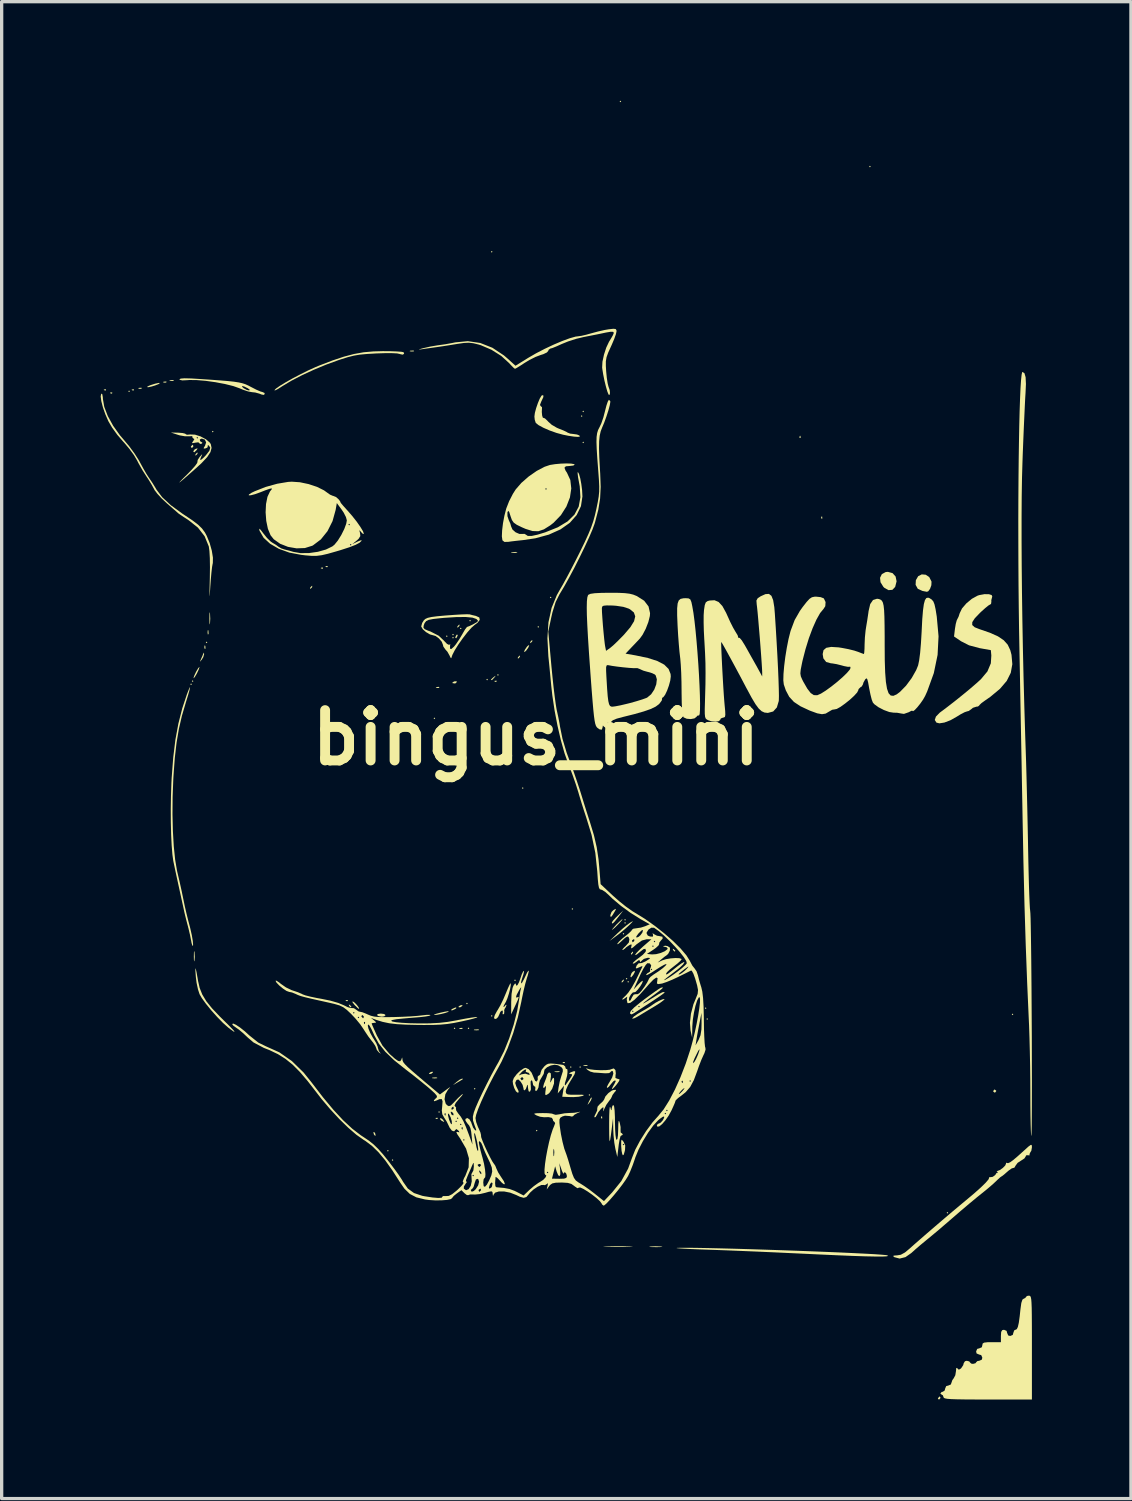
<source format=kicad_pcb>
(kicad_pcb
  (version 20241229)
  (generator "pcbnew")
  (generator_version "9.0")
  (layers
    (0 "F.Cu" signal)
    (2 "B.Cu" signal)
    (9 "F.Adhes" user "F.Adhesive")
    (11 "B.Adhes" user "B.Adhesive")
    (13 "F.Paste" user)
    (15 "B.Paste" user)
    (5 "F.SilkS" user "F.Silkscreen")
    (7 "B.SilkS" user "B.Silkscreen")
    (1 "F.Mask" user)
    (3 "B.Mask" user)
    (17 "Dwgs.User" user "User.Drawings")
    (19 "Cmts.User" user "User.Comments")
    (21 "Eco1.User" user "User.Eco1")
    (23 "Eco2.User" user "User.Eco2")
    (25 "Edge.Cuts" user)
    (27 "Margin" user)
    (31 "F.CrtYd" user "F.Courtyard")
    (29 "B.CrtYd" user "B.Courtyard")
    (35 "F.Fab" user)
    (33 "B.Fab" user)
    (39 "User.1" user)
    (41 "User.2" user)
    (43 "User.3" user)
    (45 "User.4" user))
  (footprint "bingus_mini"
    (layer "F.Cu")
    (at 13.184 19.296)
    (property "Reference" "bingus_mini" (at 0 0 0) (layer "F.SilkS") (effects (font (size 1.524 1.524) (thickness 0.3))))
    (attr board_only exclude_from_pos_files exclude_from_bom)
    (fp_poly (pts (xy -12.301 -10.493) (xy -12.324 -10.47) (xy -12.348 -10.493) (xy -12.324 -10.517)) (stroke (width 0) (type solid)) (fill yes) (layer "F.SilkS"))
    (fp_poly (pts (xy -10.423 -1.62) (xy -10.446 -1.596) (xy -10.47 -1.62) (xy -10.446 -1.643)) (stroke (width 0) (type solid)) (fill yes) (layer "F.SilkS"))
    (fp_poly (pts (xy -10.376 -1.714) (xy -10.399 -1.69) (xy -10.423 -1.714) (xy -10.399 -1.737)) (stroke (width 0) (type solid)) (fill yes) (layer "F.SilkS"))
    (fp_poly (pts (xy -9.953 -2.887) (xy -9.977 -2.864) (xy -10 -2.887) (xy -9.977 -2.911)) (stroke (width 0) (type solid)) (fill yes) (layer "F.SilkS"))
    (fp_poly (pts (xy -9.766 -9.273) (xy -9.789 -9.249) (xy -9.813 -9.273) (xy -9.789 -9.296)) (stroke (width 0) (type solid)) (fill yes) (layer "F.SilkS"))
    (fp_poly (pts (xy -4.46 12.512) (xy -4.484 12.536) (xy -4.507 12.512) (xy -4.484 12.489)) (stroke (width 0) (type solid)) (fill yes) (layer "F.SilkS"))
    (fp_poly (pts (xy -4.319 12.794) (xy -4.343 12.817) (xy -4.366 12.794) (xy -4.343 12.77)) (stroke (width 0) (type solid)) (fill yes) (layer "F.SilkS"))
    (fp_poly (pts (xy -3.052 -0.587) (xy -3.075 -0.563) (xy -3.099 -0.587) (xy -3.075 -0.61)) (stroke (width 0) (type solid)) (fill yes) (layer "F.SilkS"))
    (fp_poly (pts (xy -2.911 11.338) (xy -2.934 11.362) (xy -2.958 11.338) (xy -2.934 11.315)) (stroke (width 0) (type solid)) (fill yes) (layer "F.SilkS"))
    (fp_poly (pts (xy -2.676 -3.075) (xy -2.7 -3.052) (xy -2.723 -3.075) (xy -2.7 -3.099)) (stroke (width 0) (type solid)) (fill yes) (layer "F.SilkS"))
    (fp_poly (pts (xy -2.488 -3.122) (xy -2.512 -3.099) (xy -2.535 -3.122) (xy -2.512 -3.146)) (stroke (width 0) (type solid)) (fill yes) (layer "F.SilkS"))
    (fp_poly (pts (xy -2.488 -3.028) (xy -2.512 -3.005) (xy -2.535 -3.028) (xy -2.512 -3.052)) (stroke (width 0) (type solid)) (fill yes) (layer "F.SilkS"))
    (fp_poly (pts (xy -2.441 8.803) (xy -2.465 8.827) (xy -2.488 8.803) (xy -2.465 8.78)) (stroke (width 0) (type solid)) (fill yes) (layer "F.SilkS"))
    (fp_poly (pts (xy -2.254 -3.31) (xy -2.277 -3.287) (xy -2.301 -3.31) (xy -2.277 -3.333)) (stroke (width 0) (type solid)) (fill yes) (layer "F.SilkS"))
    (fp_poly (pts (xy -2.066 8.052) (xy -2.089 8.075) (xy -2.113 8.052) (xy -2.089 8.028)) (stroke (width 0) (type solid)) (fill yes) (layer "F.SilkS"))
    (fp_poly (pts (xy -2.019 8.803) (xy -2.042 8.827) (xy -2.066 8.803) (xy -2.042 8.78)) (stroke (width 0) (type solid)) (fill yes) (layer "F.SilkS"))
    (fp_poly (pts (xy -1.972 -3.545) (xy -1.995 -3.521) (xy -2.019 -3.545) (xy -1.995 -3.568)) (stroke (width 0) (type solid)) (fill yes) (layer "F.SilkS"))
    (fp_poly (pts (xy -1.831 10.634) (xy -1.855 10.658) (xy -1.878 10.634) (xy -1.855 10.611)) (stroke (width 0) (type solid)) (fill yes) (layer "F.SilkS"))
    (fp_poly (pts (xy -1.455 -1.761) (xy -1.479 -1.737) (xy -1.502 -1.761) (xy -1.479 -1.784)) (stroke (width 0) (type solid)) (fill yes) (layer "F.SilkS"))
    (fp_poly (pts (xy -1.315 -14.719) (xy -1.338 -14.695) (xy -1.362 -14.719) (xy -1.338 -14.742)) (stroke (width 0) (type solid)) (fill yes) (layer "F.SilkS"))
    (fp_poly (pts (xy -1.315 8.428) (xy -1.338 8.451) (xy -1.362 8.428) (xy -1.338 8.404)) (stroke (width 0) (type solid)) (fill yes) (layer "F.SilkS"))
    (fp_poly (pts (xy -1.127 -1.901) (xy -1.15 -1.878) (xy -1.174 -1.901) (xy -1.15 -1.925)) (stroke (width 0) (type solid)) (fill yes) (layer "F.SilkS"))
    (fp_poly (pts (xy -0.61 7.348) (xy -0.634 7.371) (xy -0.657 7.348) (xy -0.634 7.324)) (stroke (width 0) (type solid)) (fill yes) (layer "F.SilkS"))
    (fp_poly (pts (xy -0.376 1.526) (xy -0.399 1.549) (xy -0.423 1.526) (xy -0.399 1.502)) (stroke (width 0) (type solid)) (fill yes) (layer "F.SilkS"))
    (fp_poly (pts (xy 0.047 11.902) (xy 0.023 11.925) (xy 0 11.902) (xy 0.023 11.878)) (stroke (width 0) (type solid)) (fill yes) (layer "F.SilkS"))
    (fp_poly (pts (xy 0.094 -3.357) (xy 0.07 -3.333) (xy 0.047 -3.357) (xy 0.07 -3.38)) (stroke (width 0) (type solid)) (fill yes) (layer "F.SilkS"))
    (fp_poly (pts (xy 0.47 -4.249) (xy 0.446 -4.226) (xy 0.423 -4.249) (xy 0.446 -4.272)) (stroke (width 0) (type solid)) (fill yes) (layer "F.SilkS"))
    (fp_poly (pts (xy 1.08 9.977) (xy 1.056 10) (xy 1.033 9.977) (xy 1.056 9.953)) (stroke (width 0) (type solid)) (fill yes) (layer "F.SilkS"))
    (fp_poly (pts (xy 1.127 5.188) (xy 1.103 5.211) (xy 1.08 5.188) (xy 1.103 5.165)) (stroke (width 0) (type solid)) (fill yes) (layer "F.SilkS"))
    (fp_poly (pts (xy 1.362 9.977) (xy 1.338 10) (xy 1.315 9.977) (xy 1.338 9.953)) (stroke (width 0) (type solid)) (fill yes) (layer "F.SilkS"))
    (fp_poly (pts (xy 1.409 -9.742) (xy 1.385 -9.719) (xy 1.362 -9.742) (xy 1.385 -9.766)) (stroke (width 0) (type solid)) (fill yes) (layer "F.SilkS"))
    (fp_poly (pts (xy 1.455 -9.883) (xy 1.432 -9.86) (xy 1.409 -9.883) (xy 1.432 -9.906)) (stroke (width 0) (type solid)) (fill yes) (layer "F.SilkS"))
    (fp_poly (pts (xy 1.455 -8.944) (xy 1.432 -8.921) (xy 1.409 -8.944) (xy 1.432 -8.967)) (stroke (width 0) (type solid)) (fill yes) (layer "F.SilkS"))
    (fp_poly (pts (xy 1.643 10.822) (xy 1.62 10.845) (xy 1.596 10.822) (xy 1.62 10.799)) (stroke (width 0) (type solid)) (fill yes) (layer "F.SilkS"))
    (fp_poly (pts (xy 2.582 -19.273) (xy 2.559 -19.25) (xy 2.535 -19.273) (xy 2.559 -19.296)) (stroke (width 0) (type solid)) (fill yes) (layer "F.SilkS"))
    (fp_poly (pts (xy 2.676 5.939) (xy 2.653 5.963) (xy 2.629 5.939) (xy 2.653 5.916)) (stroke (width 0) (type solid)) (fill yes) (layer "F.SilkS"))
    (fp_poly (pts (xy 2.723 5.517) (xy 2.7 5.54) (xy 2.676 5.517) (xy 2.7 5.493)) (stroke (width 0) (type solid)) (fill yes) (layer "F.SilkS"))
    (fp_poly (pts (xy 2.723 5.611) (xy 2.7 5.634) (xy 2.676 5.611) (xy 2.7 5.587)) (stroke (width 0) (type solid)) (fill yes) (layer "F.SilkS"))
    (fp_poly (pts (xy 2.77 7.301) (xy 2.747 7.324) (xy 2.723 7.301) (xy 2.747 7.277)) (stroke (width 0) (type solid)) (fill yes) (layer "F.SilkS"))
    (fp_poly (pts (xy 2.817 7.395) (xy 2.794 7.418) (xy 2.77 7.395) (xy 2.794 7.371)) (stroke (width 0) (type solid)) (fill yes) (layer "F.SilkS"))
    (fp_poly (pts (xy 5.165 8.193) (xy 5.141 8.216) (xy 5.118 8.193) (xy 5.141 8.169)) (stroke (width 0) (type solid)) (fill yes) (layer "F.SilkS"))
    (fp_poly (pts (xy 5.211 8.521) (xy 5.188 8.545) (xy 5.165 8.521) (xy 5.188 8.498)) (stroke (width 0) (type solid)) (fill yes) (layer "F.SilkS"))
    (fp_poly (pts (xy 10.141 -17.301) (xy 10.118 -17.278) (xy 10.094 -17.301) (xy 10.118 -17.325)) (stroke (width 0) (type solid)) (fill yes) (layer "F.SilkS"))
    (fp_poly (pts (xy 12.489 14.39) (xy 12.465 14.414) (xy 12.442 14.39) (xy 12.465 14.367)) (stroke (width 0) (type solid)) (fill yes) (layer "F.SilkS"))
    (fp_poly (pts (xy 14.461 8.381) (xy 14.437 8.404) (xy 14.414 8.381) (xy 14.437 8.357)) (stroke (width 0) (type solid)) (fill yes) (layer "F.SilkS"))
    (fp_poly (pts (xy -13.021 -10.548) (xy -13.027 -10.52) (xy -13.052 -10.517) (xy -13.091 -10.534) (xy -13.083 -10.548) (xy -13.028 -10.554)) (stroke (width 0) (type solid)) (fill yes) (layer "F.SilkS"))
    (fp_poly (pts (xy -12.833 -10.454) (xy -12.839 -10.426) (xy -12.864 -10.423) (xy -12.903 -10.44) (xy -12.896 -10.454) (xy -12.84 -10.46)) (stroke (width 0) (type solid)) (fill yes) (layer "F.SilkS"))
    (fp_poly (pts (xy -12.176 -10.548) (xy -12.182 -10.52) (xy -12.207 -10.517) (xy -12.246 -10.534) (xy -12.238 -10.548) (xy -12.183 -10.554)) (stroke (width 0) (type solid)) (fill yes) (layer "F.SilkS"))
    (fp_poly (pts (xy -11.938 -10.592) (xy -11.952 -10.571) (xy -12 -10.567) (xy -12.05 -10.579) (xy -12.028 -10.596) (xy -11.955 -10.601)) (stroke (width 0) (type solid)) (fill yes) (layer "F.SilkS"))
    (fp_poly (pts (xy -11.187 -10.78) (xy -11.201 -10.759) (xy -11.248 -10.755) (xy -11.299 -10.767) (xy -11.277 -10.784) (xy -11.203 -10.789)) (stroke (width 0) (type solid)) (fill yes) (layer "F.SilkS"))
    (fp_poly (pts (xy -10.975 -10.83) (xy -10.969 -10.812) (xy -11.033 -10.806) (xy -11.1 -10.813) (xy -11.092 -10.83) (xy -10.996 -10.836)) (stroke (width 0) (type solid)) (fill yes) (layer "F.SilkS"))
    (fp_poly (pts (xy -10.015 -2.779) (xy -10.01 -2.705) (xy -10.019 -2.689) (xy -10.04 -2.703) (xy -10.044 -2.75) (xy -10.032 -2.801)) (stroke (width 0) (type solid)) (fill yes) (layer "F.SilkS"))
    (fp_poly (pts (xy -9.922 -3.251) (xy -9.916 -3.155) (xy -9.922 -3.134) (xy -9.939 -3.128) (xy -9.946 -3.193) (xy -9.939 -3.259)) (stroke (width 0) (type solid)) (fill yes) (layer "F.SilkS"))
    (fp_poly (pts (xy -6.448 -5.149) (xy -6.454 -5.121) (xy -6.479 -5.118) (xy -6.518 -5.135) (xy -6.51 -5.149) (xy -6.455 -5.154)) (stroke (width 0) (type solid)) (fill yes) (layer "F.SilkS"))
    (fp_poly (pts (xy -6.307 -5.196) (xy -6.313 -5.168) (xy -6.338 -5.165) (xy -6.377 -5.182) (xy -6.37 -5.196) (xy -6.314 -5.201)) (stroke (width 0) (type solid)) (fill yes) (layer "F.SilkS"))
    (fp_poly (pts (xy -5.697 7.95) (xy -5.703 7.978) (xy -5.728 7.982) (xy -5.767 7.964) (xy -5.759 7.95) (xy -5.703 7.945)) (stroke (width 0) (type solid)) (fill yes) (layer "F.SilkS"))
    (fp_poly (pts (xy -3.697 -11.722) (xy -3.691 -11.705) (xy -3.756 -11.698) (xy -3.823 -11.705) (xy -3.815 -11.722) (xy -3.719 -11.728)) (stroke (width 0) (type solid)) (fill yes) (layer "F.SilkS"))
    (fp_poly (pts (xy -2.974 11.518) (xy -2.98 11.546) (xy -3.005 11.55) (xy -3.043 11.533) (xy -3.036 11.518) (xy -2.98 11.513)) (stroke (width 0) (type solid)) (fill yes) (layer "F.SilkS"))
    (fp_poly (pts (xy -2.924 -1.531) (xy -2.938 -1.509) (xy -2.985 -1.506) (xy -3.035 -1.518) (xy -3.014 -1.534) (xy -2.94 -1.54)) (stroke (width 0) (type solid)) (fill yes) (layer "F.SilkS"))
    (fp_poly (pts (xy -2.219 8.798) (xy -2.233 8.82) (xy -2.281 8.823) (xy -2.331 8.811) (xy -2.309 8.795) (xy -2.236 8.789)) (stroke (width 0) (type solid)) (fill yes) (layer "F.SilkS"))
    (fp_poly (pts (xy -1.189 -1.722) (xy -1.196 -1.694) (xy -1.221 -1.69) (xy -1.259 -1.707) (xy -1.252 -1.722) (xy -1.196 -1.727)) (stroke (width 0) (type solid)) (fill yes) (layer "F.SilkS"))
    (fp_poly (pts (xy 0.876 9.828) (xy 0.87 9.856) (xy 0.845 9.86) (xy 0.806 9.842) (xy 0.814 9.828) (xy 0.87 9.823)) (stroke (width 0) (type solid)) (fill yes) (layer "F.SilkS"))
    (fp_poly (pts (xy 1.561 9.922) (xy 1.567 9.939) (xy 1.502 9.946) (xy 1.436 9.939) (xy 1.444 9.922) (xy 1.54 9.916)) (stroke (width 0) (type solid)) (fill yes) (layer "F.SilkS"))
    (fp_poly (pts (xy 2.003 11.471) (xy 2.009 11.527) (xy 2.003 11.534) (xy 1.975 11.528) (xy 1.972 11.503) (xy 1.989 11.464)) (stroke (width 0) (type solid)) (fill yes) (layer "F.SilkS"))
    (fp_poly (pts (xy 8.013 -9.14) (xy 8.018 -9.084) (xy 8.013 -9.077) (xy 7.985 -9.083) (xy 7.982 -9.108) (xy 7.999 -9.147)) (stroke (width 0) (type solid)) (fill yes) (layer "F.SilkS"))
    (fp_poly (pts (xy 8.67 -6.698) (xy 8.676 -6.642) (xy 8.67 -6.636) (xy 8.642 -6.642) (xy 8.639 -6.667) (xy 8.656 -6.706)) (stroke (width 0) (type solid)) (fill yes) (layer "F.SilkS"))
    (fp_poly (pts (xy -5.641 8.094) (xy -5.591 8.142) (xy -5.601 8.169) (xy -5.608 8.169) (xy -5.647 8.136) (xy -5.662 8.115) (xy -5.668 8.083)) (stroke (width 0) (type solid)) (fill yes) (layer "F.SilkS"))
    (fp_poly (pts (xy -4.884 11.959) (xy -4.867 11.994) (xy -4.855 12.06) (xy -4.886 12.047) (xy -4.908 12.016) (xy -4.923 11.955) (xy -4.917 11.944)) (stroke (width 0) (type solid)) (fill yes) (layer "F.SilkS"))
    (fp_poly (pts (xy -3.123 10.142) (xy -3.173 10.181) (xy -3.227 10.187) (xy -3.24 10.17) (xy -3.203 10.14) (xy -3.167 10.123) (xy -3.118 10.12)) (stroke (width 0) (type solid)) (fill yes) (layer "F.SilkS"))
    (fp_poly (pts (xy -2.857 11.536) (xy -2.818 11.572) (xy -2.776 11.633) (xy -2.804 11.632) (xy -2.863 11.599) (xy -2.908 11.549) (xy -2.904 11.528)) (stroke (width 0) (type solid)) (fill yes) (layer "F.SilkS"))
    (fp_poly (pts (xy -2.368 -3.114) (xy -2.377 -3.078) (xy -2.414 -3.012) (xy -2.439 -3.023) (xy -2.441 -3.049) (xy -2.407 -3.113) (xy -2.395 -3.122)) (stroke (width 0) (type solid)) (fill yes) (layer "F.SilkS"))
    (fp_poly (pts (xy -2.23 8.123) (xy -2.281 8.162) (xy -2.334 8.168) (xy -2.348 8.151) (xy -2.311 8.121) (xy -2.275 8.104) (xy -2.226 8.101)) (stroke (width 0) (type solid)) (fill yes) (layer "F.SilkS"))
    (fp_poly (pts (xy 4.171 6.404) (xy 4.222 6.451) (xy 4.211 6.479) (xy 4.205 6.479) (xy 4.165 6.446) (xy 4.151 6.425) (xy 4.145 6.393)) (stroke (width 0) (type solid)) (fill yes) (layer "F.SilkS"))
    (fp_poly (pts (xy -10.377 -8.837) (xy -10.376 -8.827) (xy -10.412 -8.781) (xy -10.426 -8.78) (xy -10.454 -8.808) (xy -10.446 -8.827) (xy -10.404 -8.871) (xy -10.397 -8.874)) (stroke (width 0) (type solid)) (fill yes) (layer "F.SilkS"))
    (fp_poly (pts (xy -10.342 6.491) (xy -10.334 6.643) (xy -10.342 6.749) (xy -10.353 6.778) (xy -10.36 6.725) (xy -10.362 6.62) (xy -10.359 6.504) (xy -10.351 6.461)) (stroke (width 0) (type solid)) (fill yes) (layer "F.SilkS"))
    (fp_poly (pts (xy -10.27 -8.724) (xy -10.281 -8.71) (xy -10.347 -8.645) (xy -10.374 -8.66) (xy -10.376 -8.681) (xy -10.338 -8.731) (xy -10.299 -8.752) (xy -10.248 -8.764)) (stroke (width 0) (type solid)) (fill yes) (layer "F.SilkS"))
    (fp_poly (pts (xy -10.25 -8.608) (xy -10.259 -8.592) (xy -10.303 -8.547) (xy -10.311 -8.545) (xy -10.314 -8.575) (xy -10.306 -8.592) (xy -10.261 -8.637) (xy -10.253 -8.639)) (stroke (width 0) (type solid)) (fill yes) (layer "F.SilkS"))
    (fp_poly (pts (xy -6.776 -4.571) (xy -6.784 -4.554) (xy -6.829 -4.509) (xy -6.837 -4.507) (xy -6.84 -4.538) (xy -6.831 -4.554) (xy -6.787 -4.599) (xy -6.779 -4.601)) (stroke (width 0) (type solid)) (fill yes) (layer "F.SilkS"))
    (fp_poly (pts (xy -2.992 10.298) (xy -2.991 10.314) (xy -3.064 10.32) (xy -3.075 10.32) (xy -3.148 10.313) (xy -3.141 10.299) (xy -3.133 10.296) (xy -3.031 10.29)) (stroke (width 0) (type solid)) (fill yes) (layer "F.SilkS"))
    (fp_poly (pts (xy -2.41 8.19) (xy -2.441 8.216) (xy -2.527 8.256) (xy -2.559 8.262) (xy -2.567 8.242) (xy -2.535 8.216) (xy -2.45 8.177) (xy -2.418 8.171)) (stroke (width 0) (type solid)) (fill yes) (layer "F.SilkS"))
    (fp_poly (pts (xy -2.394 -1.689) (xy -2.433 -1.648) (xy -2.465 -1.643) (xy -2.528 -1.653) (xy -2.535 -1.662) (xy -2.499 -1.692) (xy -2.465 -1.707) (xy -2.404 -1.708)) (stroke (width 0) (type solid)) (fill yes) (layer "F.SilkS"))
    (fp_poly (pts (xy -2.315 -3.397) (xy -2.324 -3.38) (xy -2.368 -3.336) (xy -2.377 -3.333) (xy -2.38 -3.364) (xy -2.371 -3.38) (xy -2.327 -3.425) (xy -2.318 -3.427)) (stroke (width 0) (type solid)) (fill yes) (layer "F.SilkS"))
    (fp_poly (pts (xy -2.209 10.332) (xy -2.22 10.348) (xy -2.287 10.39) (xy -2.371 10.44) (xy -2.512 10.522) (xy -2.401 10.426) (xy -2.308 10.357) (xy -2.241 10.329)) (stroke (width 0) (type solid)) (fill yes) (layer "F.SilkS"))
    (fp_poly (pts (xy -1.725 8.843) (xy -1.723 8.858) (xy -1.796 8.864) (xy -1.808 8.864) (xy -1.88 8.858) (xy -1.873 8.843) (xy -1.865 8.841) (xy -1.763 8.834)) (stroke (width 0) (type solid)) (fill yes) (layer "F.SilkS"))
    (fp_poly (pts (xy -1.235 -1.853) (xy -1.262 -1.819) (xy -1.33 -1.746) (xy -1.361 -1.747) (xy -1.362 -1.755) (xy -1.329 -1.794) (xy -1.279 -1.837) (xy -1.224 -1.878)) (stroke (width 0) (type solid)) (fill yes) (layer "F.SilkS"))
    (fp_poly (pts (xy -0.575 -5.619) (xy -0.561 -5.606) (xy -0.625 -5.598) (xy -0.657 -5.598) (xy -0.743 -5.603) (xy -0.753 -5.615) (xy -0.739 -5.619) (xy -0.62 -5.627)) (stroke (width 0) (type solid)) (fill yes) (layer "F.SilkS"))
    (fp_poly (pts (xy -0.484 -2.458) (xy -0.493 -2.441) (xy -0.537 -2.397) (xy -0.545 -2.394) (xy -0.549 -2.425) (xy -0.54 -2.441) (xy -0.496 -2.486) (xy -0.487 -2.488)) (stroke (width 0) (type solid)) (fill yes) (layer "F.SilkS"))
    (fp_poly (pts (xy -0.109 -2.928) (xy -0.117 -2.911) (xy -0.162 -2.866) (xy -0.17 -2.864) (xy -0.173 -2.894) (xy -0.164 -2.911) (xy -0.12 -2.956) (xy -0.112 -2.958)) (stroke (width 0) (type solid)) (fill yes) (layer "F.SilkS"))
    (fp_poly (pts (xy 0.717 10.11) (xy 0.718 10.126) (xy 0.645 10.132) (xy 0.634 10.132) (xy 0.561 10.125) (xy 0.568 10.111) (xy 0.576 10.109) (xy 0.678 10.102)) (stroke (width 0) (type solid)) (fill yes) (layer "F.SilkS"))
    (fp_poly (pts (xy 1.69 10.923) (xy 1.663 10.991) (xy 1.617 11.06) (xy 1.569 11.117) (xy 1.569 11.101) (xy 1.6 11.033) (xy 1.656 10.924) (xy 1.684 10.893)) (stroke (width 0) (type solid)) (fill yes) (layer "F.SilkS"))
    (fp_poly (pts (xy 2.661 7.355) (xy 2.653 7.371) (xy 2.608 7.416) (xy 2.6 7.418) (xy 2.597 7.388) (xy 2.606 7.371) (xy 2.65 7.326) (xy 2.658 7.324)) (stroke (width 0) (type solid)) (fill yes) (layer "F.SilkS"))
    (fp_poly (pts (xy 2.943 6.509) (xy 2.934 6.526) (xy 2.89 6.571) (xy 2.882 6.573) (xy 2.879 6.543) (xy 2.887 6.526) (xy 2.932 6.481) (xy 2.94 6.479)) (stroke (width 0) (type solid)) (fill yes) (layer "F.SilkS"))
    (fp_poly (pts (xy 12.253 19.99) (xy 12.254 20.001) (xy 12.218 20.046) (xy 12.204 20.048) (xy 12.176 20.019) (xy 12.184 20.001) (xy 12.226 19.956) (xy 12.233 19.954)) (stroke (width 0) (type solid)) (fill yes) (layer "F.SilkS"))
    (fp_poly (pts (xy 13.943 10.693) (xy 13.944 10.705) (xy 13.908 10.75) (xy 13.897 10.752) (xy 13.852 10.716) (xy 13.85 10.705) (xy 13.886 10.659) (xy 13.897 10.658)) (stroke (width 0) (type solid)) (fill yes) (layer "F.SilkS"))
    (fp_poly (pts (xy 2.419 5.206) (xy 2.399 5.245) (xy 2.321 5.375) (xy 2.276 5.43) (xy 2.257 5.416) (xy 2.254 5.375) (xy 2.291 5.278) (xy 2.35 5.221) (xy 2.417 5.184)) (stroke (width 0) (type solid)) (fill yes) (layer "F.SilkS"))
    (fp_poly (pts (xy 2.493 5.434) (xy 2.39 5.564) (xy 2.33 5.624) (xy 2.304 5.623) (xy 2.301 5.596) (xy 2.332 5.545) (xy 2.413 5.456) (xy 2.473 5.397) (xy 2.646 5.235)) (stroke (width 0) (type solid)) (fill yes) (layer "F.SilkS"))
    (fp_poly (pts (xy 2.998 7.092) (xy 2.955 7.173) (xy 2.933 7.204) (xy 2.882 7.261) (xy 2.865 7.24) (xy 2.864 7.222) (xy 2.897 7.131) (xy 2.934 7.089) (xy 2.991 7.059)) (stroke (width 0) (type solid)) (fill yes) (layer "F.SilkS"))
    (fp_poly (pts (xy -10.051 -2.535) (xy -10.051 -2.533) (xy -10.076 -2.441) (xy -10.12 -2.368) (xy -10.172 -2.306) (xy -10.174 -2.317) (xy -10.15 -2.371) (xy -10.102 -2.481) (xy -10.081 -2.535) (xy -10.059 -2.58)) (stroke (width 0) (type solid)) (fill yes) (layer "F.SilkS"))
    (fp_poly (pts (xy -9.874 -3.777) (xy -9.873 -3.768) (xy -9.865 -3.603) (xy -9.873 -3.463) (xy -9.882 -3.427) (xy -9.888 -3.475) (xy -9.891 -3.596) (xy -9.891 -3.615) (xy -9.889 -3.744) (xy -9.883 -3.802)) (stroke (width 0) (type solid)) (fill yes) (layer "F.SilkS"))
    (fp_poly (pts (xy -4.598 8.37) (xy -4.554 8.403) (xy -4.554 8.404) (xy -4.594 8.44) (xy -4.669 8.451) (xy -4.768 8.434) (xy -4.812 8.404) (xy -4.794 8.371) (xy -4.703 8.357) (xy -4.698 8.357)) (stroke (width 0) (type solid)) (fill yes) (layer "F.SilkS"))
    (fp_poly (pts (xy -0.23 -2.732) (xy -0.23 -2.731) (xy -0.293 -2.641) (xy -0.334 -2.603) (xy -0.361 -2.601) (xy -0.333 -2.667) (xy -0.333 -2.668) (xy -0.271 -2.758) (xy -0.23 -2.797) (xy -0.202 -2.799)) (stroke (width 0) (type solid)) (fill yes) (layer "F.SilkS"))
    (fp_poly (pts (xy -5.544 7.989) (xy -5.489 8.028) (xy -5.423 8.097) (xy -5.371 8.168) (xy -5.355 8.212) (xy -5.362 8.216) (xy -5.404 8.185) (xy -5.481 8.109) (xy -5.497 8.092) (xy -5.554 8.019) (xy -5.555 7.988)) (stroke (width 0) (type solid)) (fill yes) (layer "F.SilkS"))
    (fp_poly (pts (xy -2.637 8.287) (xy -2.663 8.309) (xy -2.75 8.339) (xy -2.869 8.369) (xy -2.988 8.392) (xy -3.075 8.4) (xy -3.086 8.389) (xy -3.019 8.363) (xy -2.911 8.334) (xy -2.768 8.302) (xy -2.667 8.286)) (stroke (width 0) (type solid)) (fill yes) (layer "F.SilkS"))
    (fp_poly (pts (xy 3.784 15.412) (xy 3.79 15.412) (xy 3.835 15.421) (xy 3.794 15.428) (xy 3.679 15.431) (xy 3.639 15.431) (xy 3.502 15.429) (xy 3.434 15.423) (xy 3.446 15.415) (xy 3.462 15.413) (xy 3.617 15.405)) (stroke (width 0) (type solid)) (fill yes) (layer "F.SilkS"))
    (fp_poly (pts (xy -11.395 -10.734) (xy -11.445 -10.705) (xy -11.536 -10.67) (xy -11.641 -10.638) (xy -11.734 -10.618) (xy -11.761 -10.616) (xy -11.78 -10.628) (xy -11.722 -10.661) (xy -11.667 -10.682) (xy -11.533 -10.724) (xy -11.428 -10.746) (xy -11.409 -10.747)) (stroke (width 0) (type solid)) (fill yes) (layer "F.SilkS"))
    (fp_poly (pts (xy -10.192 -2.136) (xy -10.213 -2.068) (xy -10.265 -1.957) (xy -10.282 -1.925) (xy -10.337 -1.834) (xy -10.369 -1.801) (xy -10.372 -1.808) (xy -10.351 -1.876) (xy -10.299 -1.987) (xy -10.282 -2.019) (xy -10.227 -2.11) (xy -10.195 -2.143)) (stroke (width 0) (type solid)) (fill yes) (layer "F.SilkS"))
    (fp_poly (pts (xy 2.609 5.523) (xy 2.543 5.599) (xy 2.488 5.657) (xy 2.391 5.753) (xy 2.323 5.812) (xy 2.306 5.822) (xy 2.321 5.792) (xy 2.387 5.716) (xy 2.441 5.657) (xy 2.538 5.562) (xy 2.607 5.503) (xy 2.624 5.493)) (stroke (width 0) (type solid)) (fill yes) (layer "F.SilkS"))
    (fp_poly (pts (xy 2.936 5.565) (xy 2.884 5.621) (xy 2.827 5.678) (xy 2.696 5.797) (xy 2.536 5.929) (xy 2.451 5.994) (xy 2.23 6.157) (xy 2.475 5.921) (xy 2.618 5.79) (xy 2.754 5.676) (xy 2.851 5.605) (xy 2.924 5.563)) (stroke (width 0) (type solid)) (fill yes) (layer "F.SilkS"))
    (fp_poly (pts (xy 2.645 15.406) (xy 2.852 15.412) (xy 2.931 15.417) (xy 2.923 15.421) (xy 2.834 15.425) (xy 2.672 15.427) (xy 2.488 15.428) (xy 2.271 15.427) (xy 2.121 15.424) (xy 2.047 15.421) (xy 2.053 15.416) (xy 2.124 15.412) (xy 2.371 15.406)) (stroke (width 0) (type solid)) (fill yes) (layer "F.SilkS"))
    (fp_poly (pts (xy 10.803 -4.985) (xy 10.895 -4.883) (xy 10.925 -4.738) (xy 10.883 -4.571) (xy 10.881 -4.566) (xy 10.797 -4.479) (xy 10.682 -4.47) (xy 10.557 -4.538) (xy 10.525 -4.569) (xy 10.438 -4.709) (xy 10.424 -4.844) (xy 10.478 -4.954) (xy 10.593 -5.017) (xy 10.66 -5.024)) (stroke (width 0) (type solid)) (fill yes) (layer "F.SilkS"))
    (fp_poly (pts (xy 11.807 -4.937) (xy 11.913 -4.867) (xy 11.979 -4.739) (xy 11.983 -4.722) (xy 11.978 -4.618) (xy 11.939 -4.51) (xy 11.883 -4.434) (xy 11.84 -4.42) (xy 11.772 -4.433) (xy 11.707 -4.446) (xy 11.567 -4.511) (xy 11.501 -4.631) (xy 11.509 -4.772) (xy 11.579 -4.892) (xy 11.687 -4.947)) (stroke (width 0) (type solid)) (fill yes) (layer "F.SilkS"))
    (fp_poly (pts (xy 2.63 12.209) (xy 2.657 12.246) (xy 2.705 12.352) (xy 2.699 12.484) (xy 2.69 12.526) (xy 2.66 12.63) (xy 2.635 12.65) (xy 2.615 12.614) (xy 2.594 12.513) (xy 2.583 12.369) (xy 2.582 12.334) (xy 2.582 12.324) (xy 2.629 12.324) (xy 2.653 12.348) (xy 2.676 12.324) (xy 2.653 12.301) (xy 2.629 12.324) (xy 2.582 12.324) (xy 2.584 12.214) (xy 2.597 12.176)) (stroke (width 0) (type solid)) (fill yes) (layer "F.SilkS"))
    (fp_poly (pts (xy 3.896 7.922) (xy 3.858 7.961) (xy 3.759 8.034) (xy 3.617 8.125) (xy 3.582 8.146) (xy 3.4 8.255) (xy 3.222 8.362) (xy 3.086 8.444) (xy 3.084 8.446) (xy 2.98 8.499) (xy 2.923 8.512) (xy 2.919 8.498) (xy 2.968 8.446) (xy 3.075 8.369) (xy 3.195 8.298) (xy 3.343 8.213) (xy 3.464 8.139) (xy 3.521 8.098) (xy 3.614 8.034) (xy 3.725 7.973) (xy 3.825 7.929) (xy 3.888 7.914)) (stroke (width 0) (type solid)) (fill yes) (layer "F.SilkS"))
    (fp_poly (pts (xy -10.304 7) (xy -10.281 7.101) (xy -10.247 7.295) (xy -10.236 7.361) (xy -10.186 7.58) (xy -10.106 7.781) (xy -9.986 7.98) (xy -9.815 8.194) (xy -9.582 8.439) (xy -9.467 8.553) (xy -9.286 8.731) (xy -9.172 8.85) (xy -9.127 8.908) (xy -9.151 8.905) (xy -9.243 8.84) (xy -9.325 8.777) (xy -9.479 8.64) (xy -9.654 8.461) (xy -9.832 8.262) (xy -9.994 8.063) (xy -10.121 7.888) (xy -10.189 7.77) (xy -10.237 7.623) (xy -10.279 7.428) (xy -10.301 7.254) (xy -10.314 7.076) (xy -10.315 6.991)) (stroke (width 0) (type solid)) (fill yes) (layer "F.SilkS"))
    (fp_poly (pts (xy 0.45 10.167) (xy 0.455 10.257) (xy 0.447 10.317) (xy 0.433 10.424) (xy 0.438 10.447) (xy 0.467 10.394) (xy 0.476 10.376) (xy 0.517 10.302) (xy 0.541 10.309) (xy 0.551 10.341) (xy 0.547 10.478) (xy 0.493 10.633) (xy 0.409 10.759) (xy 0.369 10.792) (xy 0.305 10.827) (xy 0.281 10.809) (xy 0.287 10.722) (xy 0.294 10.674) (xy 0.305 10.575) (xy 0.302 10.543) (xy 0.297 10.552) (xy 0.248 10.606) (xy 0.23 10.611) (xy 0.22 10.573) (xy 0.245 10.479) (xy 0.263 10.435) (xy 0.312 10.309) (xy 0.34 10.215) (xy 0.342 10.2) (xy 0.382 10.147) (xy 0.409 10.141)) (stroke (width 0) (type solid)) (fill yes) (layer "F.SilkS"))
    (fp_poly (pts (xy 2.42 10.696) (xy 2.379 10.743) (xy 2.319 10.824) (xy 2.301 10.87) (xy 2.272 10.931) (xy 2.213 11.007) (xy 2.13 11.124) (xy 2.071 11.245) (xy 2.039 11.318) (xy 2.034 11.303) (xy 2.039 11.275) (xy 2.048 11.2) (xy 2.021 11.202) (xy 1.97 11.246) (xy 1.889 11.344) (xy 1.853 11.415) (xy 1.81 11.488) (xy 1.78 11.503) (xy 1.77 11.47) (xy 1.809 11.39) (xy 1.811 11.387) (xy 1.856 11.291) (xy 1.858 11.227) (xy 1.871 11.17) (xy 1.941 11.094) (xy 1.948 11.089) (xy 2.03 11.013) (xy 2.067 10.957) (xy 2.067 10.956) (xy 2.105 10.866) (xy 2.193 10.767) (xy 2.296 10.691) (xy 2.35 10.672) (xy 2.424 10.666)) (stroke (width 0) (type solid)) (fill yes) (layer "F.SilkS"))
    (fp_poly (pts (xy -0.766 7.435) (xy -0.762 7.493) (xy -0.782 7.608) (xy -0.818 7.75) (xy -0.863 7.89) (xy -0.907 7.996) (xy -0.918 8.015) (xy -0.969 8.106) (xy -0.985 8.156) (xy -0.965 8.156) (xy -0.939 8.122) (xy -0.901 8.086) (xy -0.893 8.108) (xy -0.925 8.182) (xy -0.937 8.192) (xy -0.963 8.253) (xy -0.957 8.283) (xy -0.963 8.359) (xy -0.982 8.378) (xy -1.012 8.374) (xy -1.004 8.336) (xy -1.004 8.274) (xy -1.027 8.263) (xy -1.076 8.303) (xy -1.107 8.377) (xy -1.148 8.464) (xy -1.205 8.517) (xy -1.253 8.519) (xy -1.268 8.475) (xy -1.243 8.397) (xy -1.18 8.281) (xy -1.154 8.241) (xy -1.079 8.11) (xy -0.991 7.931) (xy -0.912 7.745) (xy -0.848 7.591) (xy -0.797 7.481) (xy -0.768 7.435)) (stroke (width 0) (type solid)) (fill yes) (layer "F.SilkS"))
    (fp_poly (pts (xy -4.41 -11.707) (xy -4.217 -11.7) (xy -4.077 -11.69) (xy -4.01 -11.678) (xy -4.008 -11.677) (xy -3.993 -11.627) (xy -4.039 -11.603) (xy -4.114 -11.619) (xy -4.122 -11.623) (xy -4.205 -11.641) (xy -4.369 -11.649) (xy -4.6 -11.648) (xy -4.836 -11.64) (xy -5.115 -11.624) (xy -5.331 -11.604) (xy -5.516 -11.573) (xy -5.701 -11.526) (xy -5.918 -11.458) (xy -5.986 -11.435) (xy -6.354 -11.301) (xy -6.731 -11.144) (xy -7.093 -10.976) (xy -7.415 -10.809) (xy -7.673 -10.654) (xy -7.692 -10.642) (xy -7.815 -10.563) (xy -7.899 -10.521) (xy -7.924 -10.524) (xy -7.873 -10.577) (xy -7.752 -10.661) (xy -7.58 -10.766) (xy -7.371 -10.884) (xy -7.142 -11.004) (xy -6.91 -11.12) (xy -6.69 -11.22) (xy -6.572 -11.27) (xy -6.165 -11.426) (xy -5.818 -11.542) (xy -5.511 -11.623) (xy -5.22 -11.675) (xy -4.924 -11.701) (xy -4.638 -11.709)) (stroke (width 0) (type solid)) (fill yes) (layer "F.SilkS"))
    (fp_poly (pts (xy 4.873 15.454) (xy 5.204 15.46) (xy 5.586 15.469) (xy 6.007 15.48) (xy 6.458 15.493) (xy 6.929 15.508) (xy 7.411 15.524) (xy 7.893 15.541) (xy 8.366 15.559) (xy 8.82 15.577) (xy 9.246 15.595) (xy 9.632 15.613) (xy 9.97 15.63) (xy 10.251 15.645) (xy 10.463 15.66) (xy 10.597 15.672) (xy 10.638 15.679) (xy 10.671 15.698) (xy 10.623 15.71) (xy 10.491 15.717) (xy 10.275 15.716) (xy 9.973 15.71) (xy 9.583 15.697) (xy 9.103 15.677) (xy 8.532 15.651) (xy 8.158 15.633) (xy 7.7 15.612) (xy 7.209 15.589) (xy 6.709 15.567) (xy 6.224 15.547) (xy 5.778 15.529) (xy 5.393 15.515) (xy 5.271 15.511) (xy 4.958 15.5) (xy 4.691 15.489) (xy 4.48 15.478) (xy 4.333 15.469) (xy 4.26 15.461) (xy 4.272 15.455) (xy 4.272 15.455) (xy 4.397 15.451) (xy 4.6 15.451)) (stroke (width 0) (type solid)) (fill yes) (layer "F.SilkS"))
    (fp_poly (pts (xy 0.228 -10.364) (xy 0.223 -10.314) (xy 0.173 -10.206) (xy 0.163 -10.186) (xy 0.125 -10.087) (xy 0.139 -10.047) (xy 0.142 -10.047) (xy 0.183 -10.011) (xy 0.184 -9.989) (xy 0.178 -9.868) (xy 0.188 -9.76) (xy 0.209 -9.694) (xy 0.225 -9.689) (xy 0.274 -9.671) (xy 0.351 -9.598) (xy 0.369 -9.577) (xy 0.479 -9.478) (xy 0.632 -9.389) (xy 0.696 -9.361) (xy 0.833 -9.307) (xy 0.933 -9.259) (xy 0.96 -9.241) (xy 1.038 -9.211) (xy 1.124 -9.201) (xy 1.245 -9.184) (xy 1.315 -9.155) (xy 1.335 -9.124) (xy 1.278 -9.112) (xy 1.155 -9.12) (xy 0.981 -9.146) (xy 0.822 -9.178) (xy 0.624 -9.232) (xy 0.418 -9.305) (xy 0.229 -9.387) (xy 0.081 -9.467) (xy -0.003 -9.534) (xy -0.006 -9.539) (xy -0.036 -9.631) (xy -0.046 -9.729) (xy -0.032 -9.839) (xy 0.007 -9.984) (xy 0.059 -10.136) (xy 0.115 -10.27) (xy 0.166 -10.357) (xy 0.191 -10.376)) (stroke (width 0) (type solid)) (fill yes) (layer "F.SilkS"))
    (fp_poly (pts (xy 1.629 10.045) (xy 1.781 10.063) (xy 1.955 10.072) (xy 2.118 10.07) (xy 2.241 10.057) (xy 2.286 10.04) (xy 2.358 10.018) (xy 2.408 10.068) (xy 2.42 10.17) (xy 2.411 10.223) (xy 2.408 10.307) (xy 2.46 10.329) (xy 2.525 10.347) (xy 2.534 10.364) (xy 2.509 10.416) (xy 2.452 10.496) (xy 2.383 10.578) (xy 2.326 10.636) (xy 2.301 10.645) (xy 2.301 10.644) (xy 2.324 10.582) (xy 2.376 10.492) (xy 2.417 10.408) (xy 2.401 10.376) (xy 2.341 10.412) (xy 2.273 10.493) (xy 2.205 10.577) (xy 2.153 10.611) (xy 2.15 10.577) (xy 2.193 10.491) (xy 2.228 10.435) (xy 2.309 10.292) (xy 2.345 10.176) (xy 2.332 10.106) (xy 2.301 10.094) (xy 2.255 10.127) (xy 2.254 10.137) (xy 2.212 10.16) (xy 2.108 10.166) (xy 2.054 10.163) (xy 1.904 10.152) (xy 1.78 10.144) (xy 1.758 10.144) (xy 1.645 10.113) (xy 1.57 10.067) (xy 1.519 10.021) (xy 1.528 10.017)) (stroke (width 0) (type solid)) (fill yes) (layer "F.SilkS"))
    (fp_poly (pts (xy 4.624 -4.22) (xy 4.677 -4.188) (xy 4.71 -4.106) (xy 4.737 -3.979) (xy 4.771 -3.782) (xy 4.804 -3.531) (xy 4.836 -3.238) (xy 4.866 -2.916) (xy 4.894 -2.575) (xy 4.919 -2.23) (xy 4.94 -1.891) (xy 4.956 -1.571) (xy 4.967 -1.281) (xy 4.972 -1.035) (xy 4.97 -0.843) (xy 4.961 -0.719) (xy 4.943 -0.674) (xy 4.939 -0.675) (xy 4.886 -0.665) (xy 4.866 -0.634) (xy 4.803 -0.585) (xy 4.691 -0.564) (xy 4.568 -0.574) (xy 4.475 -0.615) (xy 4.47 -0.62) (xy 4.445 -0.686) (xy 4.427 -0.83) (xy 4.417 -1.058) (xy 4.412 -1.375) (xy 4.412 -1.406) (xy 4.409 -1.688) (xy 4.401 -1.964) (xy 4.388 -2.208) (xy 4.373 -2.393) (xy 4.367 -2.441) (xy 4.348 -2.605) (xy 4.328 -2.834) (xy 4.308 -3.099) (xy 4.292 -3.373) (xy 4.29 -3.414) (xy 4.278 -3.708) (xy 4.278 -3.921) (xy 4.293 -4.067) (xy 4.326 -4.157) (xy 4.382 -4.205) (xy 4.466 -4.223) (xy 4.533 -4.226)) (stroke (width 0) (type solid)) (fill yes) (layer "F.SilkS"))
    (fp_poly (pts (xy -10.443 -10.882) (xy -10.294 -10.873) (xy -9.898 -10.847) (xy -9.583 -10.824) (xy -9.337 -10.804) (xy -9.149 -10.784) (xy -9.005 -10.762) (xy -8.893 -10.737) (xy -8.801 -10.707) (xy -8.716 -10.669) (xy -8.628 -10.623) (xy -8.622 -10.62) (xy -8.472 -10.543) (xy -8.348 -10.489) (xy -8.282 -10.47) (xy -8.223 -10.443) (xy -8.216 -10.423) (xy -8.235 -10.384) (xy -8.304 -10.393) (xy -8.381 -10.423) (xy -8.501 -10.456) (xy -8.603 -10.467) (xy -8.717 -10.488) (xy -8.872 -10.54) (xy -8.978 -10.584) (xy -9.101 -10.628) (xy -8.899 -10.628) (xy -8.853 -10.586) (xy -8.752 -10.532) (xy -8.689 -10.518) (xy -8.664 -10.536) (xy -8.725 -10.583) (xy -8.733 -10.587) (xy -8.839 -10.639) (xy -8.899 -10.652) (xy -8.899 -10.628) (xy -9.101 -10.628) (xy -9.167 -10.651) (xy -9.42 -10.714) (xy -9.71 -10.769) (xy -10.006 -10.81) (xy -10.281 -10.833) (xy -10.505 -10.835) (xy -10.546 -10.831) (xy -10.711 -10.823) (xy -10.791 -10.841) (xy -10.799 -10.856) (xy -10.761 -10.878) (xy -10.644 -10.887)) (stroke (width 0) (type solid)) (fill yes) (layer "F.SilkS"))
    (fp_poly (pts (xy 3.829 7.594) (xy 3.734 7.675) (xy 3.564 7.802) (xy 3.545 7.815) (xy 3.402 7.919) (xy 3.296 8.002) (xy 3.242 8.049) (xy 3.24 8.053) (xy 3.275 8.04) (xy 3.37 7.985) (xy 3.505 7.902) (xy 3.529 7.887) (xy 3.712 7.773) (xy 3.829 7.712) (xy 3.887 7.702) (xy 3.897 7.72) (xy 3.86 7.753) (xy 3.761 7.824) (xy 3.615 7.923) (xy 3.489 8.007) (xy 3.306 8.126) (xy 3.144 8.232) (xy 3.023 8.311) (xy 2.978 8.34) (xy 2.9 8.382) (xy 2.862 8.366) (xy 2.849 8.34) (xy 2.87 8.287) (xy 2.911 8.287) (xy 2.934 8.31) (xy 2.958 8.287) (xy 2.934 8.263) (xy 2.911 8.287) (xy 2.87 8.287) (xy 2.873 8.278) (xy 2.975 8.173) (xy 3.008 8.146) (xy 3.099 8.146) (xy 3.122 8.169) (xy 3.146 8.146) (xy 3.122 8.122) (xy 3.099 8.146) (xy 3.008 8.146) (xy 3.157 8.023) (xy 3.272 7.935) (xy 3.453 7.801) (xy 3.61 7.688) (xy 3.727 7.608) (xy 3.785 7.574) (xy 3.846 7.56)) (stroke (width 0) (type solid)) (fill yes) (layer "F.SilkS"))
    (fp_poly (pts (xy 2.369 11.172) (xy 2.384 11.299) (xy 2.393 11.495) (xy 2.394 11.641) (xy 2.399 11.86) (xy 2.41 12.036) (xy 2.427 12.15) (xy 2.441 12.184) (xy 2.468 12.157) (xy 2.485 12.045) (xy 2.492 11.869) (xy 2.496 11.701) (xy 2.504 11.618) (xy 2.518 11.609) (xy 2.54 11.667) (xy 2.54 11.667) (xy 2.565 11.794) (xy 2.564 11.89) (xy 2.567 11.959) (xy 2.587 11.972) (xy 2.628 12.008) (xy 2.629 12.022) (xy 2.601 12.051) (xy 2.587 12.045) (xy 2.561 12.075) (xy 2.533 12.177) (xy 2.508 12.331) (xy 2.505 12.36) (xy 2.465 12.7) (xy 2.406 12.45) (xy 2.374 12.267) (xy 2.351 12.043) (xy 2.342 11.863) (xy 2.336 11.526) (xy 2.295 11.855) (xy 2.268 12.061) (xy 2.248 12.186) (xy 2.234 12.225) (xy 2.225 12.178) (xy 2.22 12.042) (xy 2.218 11.815) (xy 2.218 11.691) (xy 2.22 11.451) (xy 2.227 11.283) (xy 2.237 11.192) (xy 2.25 11.186) (xy 2.254 11.198) (xy 2.278 11.282) (xy 2.291 11.279) (xy 2.295 11.233) (xy 2.317 11.15) (xy 2.348 11.127)) (stroke (width 0) (type solid)) (fill yes) (layer "F.SilkS"))
    (fp_poly (pts (xy -10.477 -1.516) (xy -10.497 -1.43) (xy -10.54 -1.278) (xy -10.606 -1.064) (xy -10.609 -1.053) (xy -10.725 -0.658) (xy -10.816 -0.264) (xy -10.886 0.153) (xy -10.939 0.614) (xy -10.978 1.142) (xy -10.984 1.244) (xy -11.005 1.788) (xy -11.009 2.321) (xy -10.997 2.827) (xy -10.97 3.291) (xy -10.928 3.697) (xy -10.872 4.03) (xy -10.854 4.108) (xy -10.797 4.349) (xy -10.736 4.624) (xy -10.684 4.875) (xy -10.682 4.883) (xy -10.637 5.102) (xy -10.587 5.319) (xy -10.544 5.493) (xy -10.538 5.517) (xy -10.473 5.764) (xy -10.423 5.986) (xy -10.393 6.164) (xy -10.385 6.279) (xy -10.389 6.303) (xy -10.407 6.298) (xy -10.431 6.219) (xy -10.444 6.15) (xy -10.478 5.977) (xy -10.525 5.776) (xy -10.55 5.681) (xy -10.598 5.496) (xy -10.643 5.313) (xy -10.66 5.235) (xy -10.686 5.114) (xy -10.727 4.928) (xy -10.776 4.703) (xy -10.824 4.484) (xy -10.876 4.245) (xy -10.924 4.022) (xy -10.962 3.841) (xy -10.985 3.733) (xy -11.012 3.536) (xy -11.034 3.264) (xy -11.05 2.933) (xy -11.059 2.561) (xy -11.061 2.167) (xy -11.055 1.767) (xy -11.042 1.379) (xy -11.034 1.221) (xy -10.987 0.605) (xy -10.921 0.061) (xy -10.83 -0.43) (xy -10.713 -0.889) (xy -10.572 -1.315) (xy -10.514 -1.464) (xy -10.483 -1.529)) (stroke (width 0) (type solid)) (fill yes) (layer "F.SilkS"))
    (fp_poly (pts (xy 13.72 -4.347) (xy 13.805 -4.321) (xy 13.824 -4.272) (xy 13.818 -4.259) (xy 13.794 -4.165) (xy 13.796 -4.12) (xy 13.786 -4.051) (xy 13.764 -4.038) (xy 13.71 -4.007) (xy 13.61 -3.926) (xy 13.482 -3.811) (xy 13.452 -3.782) (xy 13.296 -3.62) (xy 13.218 -3.501) (xy 13.216 -3.413) (xy 13.291 -3.345) (xy 13.428 -3.291) (xy 13.752 -3.179) (xy 13.996 -3.07) (xy 14.171 -2.952) (xy 14.292 -2.816) (xy 14.369 -2.651) (xy 14.406 -2.511) (xy 14.431 -2.227) (xy 14.384 -1.966) (xy 14.261 -1.72) (xy 14.056 -1.48) (xy 13.765 -1.238) (xy 13.604 -1.126) (xy 13.498 -1.049) (xy 13.435 -0.989) (xy 13.428 -0.974) (xy 13.389 -0.945) (xy 13.34 -0.939) (xy 13.236 -0.905) (xy 13.193 -0.869) (xy 13.109 -0.809) (xy 13.063 -0.798) (xy 12.988 -0.773) (xy 12.865 -0.709) (xy 12.75 -0.638) (xy 12.557 -0.529) (xy 12.373 -0.459) (xy 12.222 -0.435) (xy 12.132 -0.457) (xy 12.082 -0.537) (xy 12.117 -0.64) (xy 12.232 -0.758) (xy 12.266 -0.783) (xy 12.459 -0.928) (xy 12.687 -1.105) (xy 12.926 -1.297) (xy 13.154 -1.485) (xy 13.349 -1.653) (xy 13.48 -1.772) (xy 13.677 -2.008) (xy 13.78 -2.254) (xy 13.795 -2.489) (xy 13.78 -2.652) (xy 13.439 -2.713) (xy 13.121 -2.798) (xy 12.881 -2.92) (xy 12.665 -3.066) (xy 12.693 -3.299) (xy 12.717 -3.445) (xy 12.747 -3.555) (xy 12.762 -3.585) (xy 12.804 -3.669) (xy 12.836 -3.769) (xy 12.907 -3.916) (xy 13.04 -4.07) (xy 13.206 -4.208) (xy 13.379 -4.303) (xy 13.432 -4.32) (xy 13.588 -4.348)) (stroke (width 0) (type solid)) (fill yes) (layer "F.SilkS"))
    (fp_poly (pts (xy -10.834 -9.239) (xy -10.704 -9.229) (xy -10.623 -9.209) (xy -10.611 -9.196) (xy -10.571 -9.177) (xy -10.475 -9.185) (xy -10.472 -9.185) (xy -10.328 -9.18) (xy -10.158 -9.126) (xy -9.996 -9.04) (xy -9.879 -8.939) (xy -9.849 -8.893) (xy -9.825 -8.778) (xy -9.859 -8.651) (xy -9.957 -8.501) (xy -10.125 -8.321) (xy -10.3 -8.16) (xy -10.528 -7.959) (xy -10.688 -7.82) (xy -10.78 -7.744) (xy -10.806 -7.729) (xy -10.766 -7.775) (xy -10.661 -7.881) (xy -10.571 -7.969) (xy -10.431 -8.113) (xy -10.323 -8.235) (xy -10.262 -8.321) (xy -10.254 -8.35) (xy -10.246 -8.412) (xy -10.188 -8.502) (xy -10.185 -8.505) (xy -10.121 -8.577) (xy -10.108 -8.58) (xy -10.138 -8.513) (xy -10.14 -8.51) (xy -10.172 -8.425) (xy -10.148 -8.414) (xy -10.073 -8.477) (xy -9.998 -8.555) (xy -9.892 -8.691) (xy -9.864 -8.786) (xy -9.909 -8.851) (xy -9.914 -8.855) (xy -9.946 -8.86) (xy -9.938 -8.839) (xy -9.95 -8.791) (xy -10 -8.766) (xy -10.063 -8.756) (xy -10.058 -8.79) (xy -10.025 -8.84) (xy -9.99 -8.947) (xy -10.03 -9.03) (xy -10.123 -9.061) (xy -10.182 -9.034) (xy -10.173 -8.982) (xy -10.132 -8.957) (xy -10.1 -8.93) (xy -10.132 -8.903) (xy -10.181 -8.899) (xy -10.188 -8.919) (xy -10.228 -8.948) (xy -10.317 -8.937) (xy -10.403 -8.92) (xy -10.414 -8.941) (xy -10.382 -8.983) (xy -10.346 -9.046) (xy -10.373 -9.061) (xy -10.401 -9.085) (xy -10.282 -9.085) (xy -10.259 -9.061) (xy -10.235 -9.085) (xy -10.259 -9.108) (xy -10.282 -9.085) (xy -10.401 -9.085) (xy -10.407 -9.089) (xy -10.4 -9.108) (xy -10.416 -9.135) (xy -10.503 -9.13) (xy -10.629 -9.13) (xy -10.788 -9.158) (xy -10.845 -9.175) (xy -11.057 -9.244)) (stroke (width 0) (type solid)) (fill yes) (layer "F.SilkS"))
    (fp_poly (pts (xy -13.137 -10.409) (xy -13.12 -10.316) (xy -13.117 -10.261) (xy -13.075 -10.02) (xy -12.969 -9.743) (xy -12.807 -9.45) (xy -12.602 -9.162) (xy -12.481 -9.021) (xy -12.318 -8.826) (xy -12.158 -8.608) (xy -12.028 -8.404) (xy -11.996 -8.344) (xy -11.898 -8.164) (xy -11.801 -7.996) (xy -11.724 -7.876) (xy -11.719 -7.869) (xy -11.629 -7.737) (xy -11.529 -7.576) (xy -11.492 -7.512) (xy -11.322 -7.286) (xy -11.06 -7.043) (xy -10.708 -6.786) (xy -10.634 -6.737) (xy -10.402 -6.581) (xy -10.236 -6.455) (xy -10.118 -6.34) (xy -10.03 -6.222) (xy -9.97 -6.111) (xy -9.882 -5.894) (xy -9.818 -5.665) (xy -9.784 -5.454) (xy -9.787 -5.29) (xy -9.793 -5.266) (xy -9.81 -5.17) (xy -9.829 -5.004) (xy -9.848 -4.794) (xy -9.862 -4.601) (xy -9.874 -4.419) (xy -9.882 -4.313) (xy -9.887 -4.287) (xy -9.888 -4.344) (xy -9.886 -4.487) (xy -9.881 -4.72) (xy -9.878 -4.836) (xy -9.874 -5.164) (xy -9.878 -5.441) (xy -9.89 -5.655) (xy -9.909 -5.791) (xy -9.911 -5.798) (xy -10.036 -6.103) (xy -10.238 -6.363) (xy -10.517 -6.585) (xy -10.665 -6.682) (xy -10.78 -6.759) (xy -10.842 -6.803) (xy -10.845 -6.807) (xy -10.889 -6.847) (xy -10.987 -6.932) (xy -11.12 -7.048) (xy -11.18 -7.1) (xy -11.333 -7.243) (xy -11.465 -7.386) (xy -11.553 -7.502) (xy -11.566 -7.528) (xy -11.637 -7.658) (xy -11.735 -7.819) (xy -11.8 -7.917) (xy -11.916 -8.098) (xy -12.033 -8.304) (xy -12.085 -8.405) (xy -12.178 -8.562) (xy -12.315 -8.749) (xy -12.468 -8.931) (xy -12.508 -8.974) (xy -12.681 -9.175) (xy -12.838 -9.393) (xy -12.95 -9.584) (xy -13.043 -9.797) (xy -13.117 -10.007) (xy -13.165 -10.194) (xy -13.184 -10.338) (xy -13.168 -10.419) (xy -13.166 -10.421)) (stroke (width 0) (type solid)) (fill yes) (layer "F.SilkS"))
    (fp_poly (pts (xy -2.015 -3.737) (xy -2.009 -3.736) (xy -1.919 -3.712) (xy -1.819 -3.689) (xy -1.716 -3.642) (xy -1.701 -3.569) (xy -1.772 -3.478) (xy -1.857 -3.416) (xy -1.954 -3.331) (xy -2.079 -3.189) (xy -2.216 -3.012) (xy -2.348 -2.825) (xy -2.458 -2.65) (xy -2.53 -2.51) (xy -2.546 -2.464) (xy -2.565 -2.407) (xy -2.589 -2.428) (xy -2.617 -2.49) (xy -2.682 -2.605) (xy -2.742 -2.672) (xy -2.804 -2.76) (xy -2.817 -2.815) (xy -2.853 -2.907) (xy -2.94 -3.008) (xy -3.042 -3.082) (xy -3.102 -3.099) (xy -3.209 -3.128) (xy -3.328 -3.198) (xy -3.427 -3.285) (xy -3.455 -3.333) (xy -3.407 -3.333) (xy -3.369 -3.287) (xy -3.267 -3.242) (xy -3.195 -3.217) (xy -2.945 -3.089) (xy -2.799 -2.951) (xy -2.693 -2.841) (xy -2.629 -2.81) (xy -2.61 -2.826) (xy -2.595 -2.837) (xy -2.601 -2.782) (xy -2.602 -2.695) (xy -2.56 -2.688) (xy -2.481 -2.76) (xy -2.425 -2.829) (xy -2.326 -2.974) (xy -2.228 -3.138) (xy -2.211 -3.169) (xy -2.145 -3.282) (xy -2.092 -3.35) (xy -2.077 -3.359) (xy -2.017 -3.38) (xy -1.91 -3.431) (xy -1.881 -3.447) (xy -1.78 -3.505) (xy -1.754 -3.543) (xy -1.79 -3.584) (xy -1.808 -3.598) (xy -1.922 -3.637) (xy -2.123 -3.656) (xy -2.408 -3.654) (xy -2.773 -3.631) (xy -2.902 -3.619) (xy -3.111 -3.596) (xy -3.246 -3.57) (xy -3.326 -3.531) (xy -3.373 -3.471) (xy -3.4 -3.397) (xy -3.407 -3.333) (xy -3.455 -3.333) (xy -3.474 -3.366) (xy -3.474 -3.375) (xy -3.445 -3.477) (xy -3.392 -3.56) (xy -3.345 -3.6) (xy -3.275 -3.631) (xy -3.164 -3.656) (xy -2.996 -3.678) (xy -2.755 -3.7) (xy -2.69 -3.705) (xy -2.455 -3.722) (xy -2.251 -3.734) (xy -2.098 -3.739)) (stroke (width 0) (type solid)) (fill yes) (layer "F.SilkS"))
    (fp_poly (pts (xy 14.956 16.905) (xy 14.976 16.918) (xy 14.992 16.953) (xy 15.004 17.017) (xy 15.012 17.121) (xy 15.018 17.274) (xy 15.021 17.485) (xy 15.023 17.763) (xy 15.024 18.118) (xy 15.024 18.475) (xy 15.024 20.048) (xy 13.686 20.048) (xy 13.292 20.047) (xy 12.982 20.045) (xy 12.746 20.041) (xy 12.576 20.035) (xy 12.46 20.026) (xy 12.39 20.013) (xy 12.356 19.996) (xy 12.348 19.977) (xy 12.323 19.915) (xy 12.301 19.907) (xy 12.255 19.871) (xy 12.254 19.86) (xy 12.292 19.818) (xy 12.324 19.813) (xy 12.382 19.774) (xy 12.395 19.719) (xy 12.428 19.641) (xy 12.489 19.625) (xy 12.566 19.594) (xy 12.583 19.551) (xy 12.614 19.459) (xy 12.653 19.407) (xy 12.704 19.312) (xy 12.724 19.187) (xy 12.732 19.095) (xy 12.756 19.09) (xy 12.767 19.105) (xy 12.81 19.145) (xy 12.866 19.113) (xy 12.884 19.096) (xy 12.944 19.005) (xy 12.958 18.948) (xy 12.997 18.887) (xy 13.052 18.874) (xy 13.128 18.894) (xy 13.146 18.921) (xy 13.185 18.959) (xy 13.24 18.968) (xy 13.316 18.948) (xy 13.334 18.921) (xy 13.373 18.883) (xy 13.428 18.874) (xy 13.506 18.841) (xy 13.522 18.78) (xy 13.488 18.702) (xy 13.428 18.686) (xy 13.349 18.653) (xy 13.334 18.592) (xy 13.367 18.514) (xy 13.428 18.498) (xy 13.506 18.465) (xy 13.522 18.404) (xy 13.532 18.352) (xy 13.577 18.324) (xy 13.679 18.312) (xy 13.803 18.311) (xy 14.085 18.311) (xy 14.085 18.123) (xy 14.093 18) (xy 14.125 17.946) (xy 14.179 17.935) (xy 14.257 17.968) (xy 14.273 18.029) (xy 14.306 18.107) (xy 14.367 18.123) (xy 14.445 18.09) (xy 14.461 18.029) (xy 14.488 17.953) (xy 14.526 17.935) (xy 14.566 17.916) (xy 14.598 17.85) (xy 14.627 17.725) (xy 14.654 17.529) (xy 14.677 17.313) (xy 14.703 17.124) (xy 14.737 17.021) (xy 14.772 16.996) (xy 14.83 16.968) (xy 14.836 16.949) (xy 14.876 16.911) (xy 14.93 16.902)) (stroke (width 0) (type solid)) (fill yes) (layer "F.SilkS"))
    (fp_poly (pts (xy 15.017 12.336) (xy 15.024 12.384) (xy 15.024 12.409) (xy 15.007 12.511) (xy 14.976 12.56) (xy 14.949 12.616) (xy 14.955 12.632) (xy 14.945 12.656) (xy 14.909 12.647) (xy 14.847 12.652) (xy 14.836 12.684) (xy 14.797 12.745) (xy 14.703 12.806) (xy 14.698 12.809) (xy 14.591 12.879) (xy 14.53 12.962) (xy 14.492 13.026) (xy 14.465 13.032) (xy 14.412 13.047) (xy 14.321 13.111) (xy 14.278 13.148) (xy 14.182 13.232) (xy 14.117 13.282) (xy 14.106 13.287) (xy 14.063 13.317) (xy 13.982 13.391) (xy 13.956 13.417) (xy 13.847 13.519) (xy 13.701 13.645) (xy 13.593 13.734) (xy 13.363 13.919) (xy 13.124 14.117) (xy 12.857 14.343) (xy 12.546 14.612) (xy 12.395 14.742) (xy 12.208 14.903) (xy 12.002 15.075) (xy 11.822 15.223) (xy 11.821 15.224) (xy 11.655 15.361) (xy 11.491 15.502) (xy 11.37 15.611) (xy 11.194 15.734) (xy 11.018 15.778) (xy 10.859 15.736) (xy 10.845 15.728) (xy 10.819 15.697) (xy 10.873 15.684) (xy 10.935 15.682) (xy 11.054 15.662) (xy 11.179 15.593) (xy 11.312 15.482) (xy 11.443 15.365) (xy 11.629 15.203) (xy 11.854 15.007) (xy 12.103 14.793) (xy 12.359 14.574) (xy 12.606 14.364) (xy 12.828 14.178) (xy 13.008 14.028) (xy 13.024 14.015) (xy 13.275 13.804) (xy 13.478 13.623) (xy 13.625 13.479) (xy 13.711 13.378) (xy 13.729 13.328) (xy 13.74 13.306) (xy 13.77 13.313) (xy 13.84 13.301) (xy 13.915 13.244) (xy 13.955 13.18) (xy 13.968 13.193) (xy 13.991 13.17) (xy 13.968 13.146) (xy 13.956 13.157) (xy 13.956 13.151) (xy 13.978 13.123) (xy 13.984 13.123) (xy 14.057 13.095) (xy 14.145 13.031) (xy 14.216 12.958) (xy 14.241 12.901) (xy 14.239 12.895) (xy 14.242 12.872) (xy 14.264 12.882) (xy 14.302 12.888) (xy 14.363 12.862) (xy 14.456 12.795) (xy 14.593 12.679) (xy 14.785 12.506) (xy 14.799 12.494) (xy 14.919 12.385) (xy 14.987 12.335)) (stroke (width 0) (type solid)) (fill yes) (layer "F.SilkS"))
    (fp_poly (pts (xy 1.066 -8.303) (xy 1.156 -8.287) (xy 1.174 -8.271) (xy 1.133 -8.244) (xy 1.035 -8.232) (xy 1.033 -8.232) (xy 0.907 -8.221) (xy 0.864 -8.178) (xy 0.898 -8.09) (xy 0.939 -8.029) (xy 1.042 -7.806) (xy 1.071 -7.55) (xy 1.03 -7.277) (xy 0.923 -7.002) (xy 0.757 -6.741) (xy 0.535 -6.511) (xy 0.434 -6.432) (xy 0.241 -6.311) (xy 0.071 -6.254) (xy -0.104 -6.26) (xy -0.313 -6.325) (xy -0.424 -6.373) (xy -0.58 -6.449) (xy -0.673 -6.515) (xy -0.728 -6.595) (xy -0.77 -6.713) (xy -0.77 -6.714) (xy -0.809 -6.834) (xy -0.836 -6.872) (xy -0.858 -6.839) (xy -0.863 -6.826) (xy -0.863 -6.711) (xy -0.823 -6.592) (xy -0.773 -6.48) (xy -0.752 -6.4) (xy -0.751 -6.399) (xy -0.711 -6.306) (xy -0.616 -6.222) (xy -0.503 -6.173) (xy -0.438 -6.172) (xy -0.345 -6.174) (xy -0.305 -6.151) (xy -0.246 -6.112) (xy -0.131 -6.111) (xy 0.049 -6.15) (xy 0.282 -6.221) (xy 0.664 -6.374) (xy 0.958 -6.551) (xy 1.167 -6.757) (xy 1.296 -7) (xy 1.348 -7.284) (xy 1.327 -7.615) (xy 1.305 -7.733) (xy 1.276 -7.893) (xy 1.263 -8.005) (xy 1.268 -8.051) (xy 1.271 -8.05) (xy 1.306 -7.987) (xy 1.343 -7.856) (xy 1.375 -7.684) (xy 1.399 -7.497) (xy 1.408 -7.321) (xy 1.409 -7.311) (xy 1.364 -7.013) (xy 1.235 -6.745) (xy 1.026 -6.509) (xy 0.744 -6.31) (xy 0.393 -6.152) (xy -0.019 -6.04) (xy -0.376 -5.987) (xy -0.563 -5.967) (xy -0.736 -5.947) (xy -0.834 -5.933) (xy -0.953 -5.93) (xy -1.011 -5.975) (xy -1.016 -5.987) (xy -1.032 -6.1) (xy -1.024 -6.278) (xy -0.998 -6.495) (xy -0.955 -6.724) (xy -0.899 -6.941) (xy -0.895 -6.952) (xy -0.812 -7.164) (xy -0.697 -7.388) (xy -0.613 -7.52) (xy -0.6 -7.535) (xy 0.282 -7.535) (xy 0.305 -7.512) (xy 0.329 -7.535) (xy 0.305 -7.559) (xy 0.282 -7.535) (xy -0.6 -7.535) (xy -0.44 -7.719) (xy -0.218 -7.913) (xy 0.025 -8.082) (xy 0.263 -8.207) (xy 0.423 -8.261) (xy 0.578 -8.286) (xy 0.753 -8.302) (xy 0.924 -8.308)) (stroke (width 0) (type solid)) (fill yes) (layer "F.SilkS"))
    (fp_poly (pts (xy 14.798 -11.041) (xy 14.833 -10.92) (xy 14.843 -10.715) (xy 14.831 -10.446) (xy 14.821 -10.285) (xy 14.809 -10.045) (xy 14.795 -9.742) (xy 14.779 -9.39) (xy 14.763 -9.005) (xy 14.747 -8.601) (xy 14.738 -8.343) (xy 14.724 -7.867) (xy 14.715 -7.307) (xy 14.711 -6.672) (xy 14.711 -5.972) (xy 14.715 -5.215) (xy 14.723 -4.413) (xy 14.735 -3.573) (xy 14.751 -2.706) (xy 14.771 -1.82) (xy 14.795 -0.926) (xy 14.822 -0.033) (xy 14.836 0.376) (xy 14.848 0.734) (xy 14.86 1.163) (xy 14.872 1.641) (xy 14.884 2.144) (xy 14.895 2.65) (xy 14.905 3.137) (xy 14.909 3.374) (xy 14.917 3.776) (xy 14.926 4.152) (xy 14.935 4.491) (xy 14.945 4.781) (xy 14.955 5.012) (xy 14.964 5.173) (xy 14.972 5.251) (xy 14.972 5.252) (xy 14.978 5.319) (xy 14.984 5.469) (xy 14.989 5.692) (xy 14.994 5.98) (xy 14.999 6.324) (xy 15.004 6.714) (xy 15.008 7.142) (xy 15.012 7.599) (xy 15.015 8.076) (xy 15.018 8.563) (xy 15.021 9.052) (xy 15.022 9.534) (xy 15.023 10) (xy 15.024 10.44) (xy 15.023 10.846) (xy 15.022 11.209) (xy 15.02 11.52) (xy 15.018 11.769) (xy 15.014 11.948) (xy 15.009 12.048) (xy 15.006 12.066) (xy 14.998 12.021) (xy 14.992 11.894) (xy 14.986 11.698) (xy 14.981 11.443) (xy 14.978 11.143) (xy 14.977 10.809) (xy 14.977 10.785) (xy 14.975 10.378) (xy 14.97 9.94) (xy 14.961 9.497) (xy 14.95 9.078) (xy 14.938 8.711) (xy 14.93 8.543) (xy 14.881 7.438) (xy 14.837 6.278) (xy 14.799 5.053) (xy 14.767 3.753) (xy 14.743 2.512) (xy 14.734 2.004) (xy 14.723 1.423) (xy 14.712 0.787) (xy 14.699 0.116) (xy 14.686 -0.57) (xy 14.673 -1.252) (xy 14.661 -1.909) (xy 14.649 -2.522) (xy 14.647 -2.629) (xy 14.635 -3.281) (xy 14.626 -3.946) (xy 14.619 -4.618) (xy 14.615 -5.29) (xy 14.613 -5.956) (xy 14.612 -6.609) (xy 14.614 -7.242) (xy 14.618 -7.85) (xy 14.624 -8.425) (xy 14.632 -8.962) (xy 14.641 -9.452) (xy 14.652 -9.891) (xy 14.665 -10.271) (xy 14.679 -10.586) (xy 14.695 -10.829) (xy 14.712 -10.994) (xy 14.73 -11.073) (xy 14.738 -11.08)) (stroke (width 0) (type solid)) (fill yes) (layer "F.SilkS"))
    (fp_poly (pts (xy 2.415 -12.38) (xy 2.439 -12.344) (xy 2.441 -12.306) (xy 2.422 -12.22) (xy 2.371 -12.077) (xy 2.297 -11.902) (xy 2.271 -11.845) (xy 2.188 -11.662) (xy 2.139 -11.527) (xy 2.118 -11.403) (xy 2.118 -11.256) (xy 2.128 -11.094) (xy 2.147 -10.901) (xy 2.173 -10.734) (xy 2.201 -10.624) (xy 2.207 -10.61) (xy 2.235 -10.528) (xy 2.243 -10.445) (xy 2.234 -10.388) (xy 2.208 -10.387) (xy 2.198 -10.4) (xy 2.163 -10.487) (xy 2.12 -10.636) (xy 2.075 -10.82) (xy 2.037 -11.009) (xy 2.011 -11.172) (xy 2.006 -11.215) (xy 2.015 -11.388) (xy 2.061 -11.602) (xy 2.131 -11.818) (xy 2.215 -11.996) (xy 2.23 -12.019) (xy 2.289 -12.117) (xy 2.333 -12.195) (xy 2.359 -12.261) (xy 2.342 -12.294) (xy 2.267 -12.297) (xy 2.122 -12.273) (xy 2.019 -12.251) (xy 1.865 -12.219) (xy 1.662 -12.179) (xy 1.453 -12.138) (xy 1.447 -12.137) (xy 1.218 -12.082) (xy 0.974 -12.003) (xy 0.786 -11.927) (xy 0.628 -11.856) (xy 0.502 -11.805) (xy 0.431 -11.785) (xy 0.43 -11.784) (xy 0.381 -11.747) (xy 0.376 -11.72) (xy 0.333 -11.67) (xy 0.223 -11.617) (xy 0.153 -11.596) (xy -0.008 -11.536) (xy -0.196 -11.442) (xy -0.34 -11.355) (xy -0.478 -11.265) (xy -0.583 -11.2) (xy -0.634 -11.174) (xy -0.635 -11.174) (xy -0.678 -11.206) (xy -0.759 -11.288) (xy -0.811 -11.346) (xy -1.05 -11.564) (xy -1.346 -11.751) (xy -1.666 -11.888) (xy -1.734 -11.909) (xy -1.898 -11.949) (xy -2.035 -11.965) (xy -2.184 -11.957) (xy -2.384 -11.928) (xy -2.604 -11.892) (xy -2.828 -11.857) (xy -3.005 -11.831) (xy -3.193 -11.805) (xy -3.378 -11.779) (xy -3.451 -11.768) (xy -3.538 -11.757) (xy -3.541 -11.763) (xy -3.456 -11.788) (xy -3.394 -11.804) (xy -3.2 -11.848) (xy -2.995 -11.883) (xy -2.925 -11.893) (xy -2.74 -11.919) (xy -2.531 -11.957) (xy -2.444 -11.975) (xy -2.063 -12.012) (xy -1.686 -11.957) (xy -1.319 -11.812) (xy -0.968 -11.579) (xy -0.866 -11.491) (xy -0.619 -11.267) (xy -0.232 -11.507) (xy 0.005 -11.644) (xy 0.268 -11.78) (xy 0.538 -11.907) (xy 0.796 -12.016) (xy 1.024 -12.1) (xy 1.202 -12.15) (xy 1.285 -12.16) (xy 1.382 -12.174) (xy 1.532 -12.209) (xy 1.678 -12.25) (xy 1.879 -12.304) (xy 2.086 -12.351) (xy 2.206 -12.371) (xy 2.345 -12.387)) (stroke (width 0) (type solid)) (fill yes) (layer "F.SilkS"))
    (fp_poly (pts (xy 7.134 -4.297) (xy 7.186 -4.166) (xy 7.221 -3.954) (xy 7.237 -3.761) (xy 7.266 -3.315) (xy 7.292 -2.881) (xy 7.315 -2.469) (xy 7.334 -2.091) (xy 7.348 -1.757) (xy 7.357 -1.479) (xy 7.361 -1.268) (xy 7.358 -1.136) (xy 7.356 -1.111) (xy 7.298 -0.916) (xy 7.187 -0.794) (xy 7.027 -0.751) (xy 7.021 -0.751) (xy 6.923 -0.762) (xy 6.835 -0.803) (xy 6.747 -0.885) (xy 6.649 -1.018) (xy 6.532 -1.215) (xy 6.386 -1.486) (xy 6.384 -1.488) (xy 6.218 -1.803) (xy 6.061 -2.097) (xy 5.919 -2.36) (xy 5.797 -2.583) (xy 5.702 -2.754) (xy 5.639 -2.863) (xy 5.613 -2.9) (xy 5.613 -2.899) (xy 5.611 -2.846) (xy 5.615 -2.716) (xy 5.623 -2.527) (xy 5.634 -2.295) (xy 5.647 -2.038) (xy 5.662 -1.774) (xy 5.677 -1.518) (xy 5.692 -1.288) (xy 5.706 -1.102) (xy 5.715 -0.998) (xy 5.733 -0.808) (xy 5.737 -0.692) (xy 5.726 -0.633) (xy 5.696 -0.612) (xy 5.671 -0.61) (xy 5.6 -0.582) (xy 5.587 -0.55) (xy 5.547 -0.504) (xy 5.449 -0.484) (xy 5.325 -0.494) (xy 5.223 -0.527) (xy 5.176 -0.551) (xy 5.143 -0.581) (xy 5.124 -0.633) (xy 5.115 -0.722) (xy 5.114 -0.864) (xy 5.12 -1.076) (xy 5.124 -1.221) (xy 5.135 -1.618) (xy 5.138 -1.954) (xy 5.135 -2.26) (xy 5.123 -2.569) (xy 5.104 -2.913) (xy 5.099 -2.986) (xy 5.086 -3.245) (xy 5.08 -3.497) (xy 5.081 -3.712) (xy 5.091 -3.862) (xy 5.091 -3.864) (xy 5.114 -4.015) (xy 5.145 -4.098) (xy 5.199 -4.138) (xy 5.26 -4.155) (xy 5.409 -4.164) (xy 5.534 -4.111) (xy 5.648 -3.988) (xy 5.76 -3.784) (xy 5.799 -3.698) (xy 5.884 -3.51) (xy 5.97 -3.339) (xy 6.04 -3.217) (xy 6.051 -3.2) (xy 6.11 -3.103) (xy 6.128 -3.04) (xy 6.126 -3.035) (xy 6.128 -3.024) (xy 6.135 -3.028) (xy 6.174 -3.021) (xy 6.236 -2.948) (xy 6.327 -2.802) (xy 6.372 -2.723) (xy 6.449 -2.585) (xy 6.545 -2.414) (xy 6.596 -2.324) (xy 6.682 -2.171) (xy 6.758 -2.032) (xy 6.791 -1.972) (xy 6.854 -1.855) (xy 6.854 -1.972) (xy 6.85 -2.073) (xy 6.839 -2.249) (xy 6.823 -2.479) (xy 6.803 -2.746) (xy 6.781 -3.03) (xy 6.757 -3.312) (xy 6.735 -3.573) (xy 6.715 -3.795) (xy 6.698 -3.958) (xy 6.688 -4.038) (xy 6.679 -4.154) (xy 6.718 -4.225) (xy 6.808 -4.284) (xy 6.952 -4.349) (xy 7.058 -4.356)) (stroke (width 0) (type solid)) (fill yes) (layer "F.SilkS"))
    (fp_poly (pts (xy -7.15 -7.738) (xy -6.884 -7.682) (xy -6.629 -7.597) (xy -6.418 -7.492) (xy -6.342 -7.437) (xy -6.236 -7.362) (xy -6.149 -7.325) (xy -6.139 -7.324) (xy -6.059 -7.292) (xy -5.986 -7.23) (xy -5.931 -7.162) (xy -5.923 -7.136) (xy -5.905 -7.105) (xy -5.836 -7.023) (xy -5.731 -6.906) (xy -5.716 -6.89) (xy -5.567 -6.719) (xy -5.428 -6.543) (xy -5.315 -6.381) (xy -5.238 -6.253) (xy -5.213 -6.178) (xy -5.237 -6.17) (xy -5.288 -6.221) (xy -5.34 -6.283) (xy -5.346 -6.266) (xy -5.328 -6.2) (xy -5.32 -6.107) (xy -5.372 -6.024) (xy -5.428 -5.973) (xy -5.564 -5.861) (xy -5.406 -5.939) (xy -5.314 -5.977) (xy -5.277 -5.976) (xy -5.28 -5.966) (xy -5.342 -5.906) (xy -5.462 -5.842) (xy -5.65 -5.769) (xy -5.915 -5.683) (xy -6.064 -5.639) (xy -6.303 -5.571) (xy -6.484 -5.529) (xy -6.637 -5.509) (xy -6.794 -5.508) (xy -6.985 -5.524) (xy -7.113 -5.539) (xy -7.469 -5.607) (xy -7.786 -5.721) (xy -8.05 -5.873) (xy -8.248 -6.055) (xy -8.368 -6.26) (xy -8.379 -6.291) (xy -8.38 -6.333) (xy -8.337 -6.295) (xy -8.256 -6.187) (xy -8.148 -6.053) (xy -8.039 -5.946) (xy -7.982 -5.906) (xy -7.87 -5.839) (xy -7.802 -5.787) (xy -7.71 -5.732) (xy -7.614 -5.701) (xy -7.471 -5.665) (xy -7.352 -5.63) (xy -7.13 -5.591) (xy -6.871 -5.593) (xy -6.605 -5.631) (xy -6.361 -5.7) (xy -6.166 -5.795) (xy -6.104 -5.845) (xy -5.634 -5.845) (xy -5.611 -5.822) (xy -5.587 -5.845) (xy -5.611 -5.869) (xy -5.634 -5.845) (xy -6.104 -5.845) (xy -6.103 -5.846) (xy -6.001 -5.971) (xy -5.896 -6.14) (xy -5.805 -6.323) (xy -5.756 -6.456) (xy -5.681 -6.456) (xy -5.657 -6.432) (xy -5.634 -6.456) (xy -5.657 -6.479) (xy -5.681 -6.456) (xy -5.756 -6.456) (xy -5.745 -6.488) (xy -5.728 -6.584) (xy -5.755 -6.684) (xy -5.824 -6.819) (xy -5.88 -6.902) (xy -6.031 -7.108) (xy -6.067 -6.899) (xy -6.161 -6.56) (xy -6.314 -6.256) (xy -6.515 -6.006) (xy -6.752 -5.827) (xy -6.774 -5.815) (xy -6.998 -5.745) (xy -7.252 -5.736) (xy -7.511 -5.781) (xy -7.749 -5.875) (xy -7.941 -6.011) (xy -8.038 -6.132) (xy -8.119 -6.328) (xy -8.169 -6.568) (xy -8.188 -6.827) (xy -8.176 -7.078) (xy -8.132 -7.297) (xy -8.057 -7.457) (xy -8.041 -7.477) (xy -7.999 -7.531) (xy -8.004 -7.552) (xy -8.066 -7.54) (xy -8.197 -7.494) (xy -8.338 -7.438) (xy -8.511 -7.376) (xy -8.634 -7.344) (xy -8.698 -7.341) (xy -8.694 -7.367) (xy -8.614 -7.419) (xy -8.521 -7.464) (xy -8.186 -7.596) (xy -7.836 -7.693) (xy -7.509 -7.748) (xy -7.395 -7.755)) (stroke (width 0) (type solid)) (fill yes) (layer "F.SilkS"))
    (fp_poly (pts (xy 2.506 -4.388) (xy 2.695 -4.379) (xy 2.835 -4.362) (xy 2.948 -4.334) (xy 3.055 -4.291) (xy 3.062 -4.287) (xy 3.279 -4.149) (xy 3.411 -3.976) (xy 3.457 -3.773) (xy 3.451 -3.686) (xy 3.405 -3.502) (xy 3.326 -3.299) (xy 3.23 -3.116) (xy 3.149 -3.004) (xy 3.075 -2.925) (xy 2.966 -2.81) (xy 2.895 -2.736) (xy 2.715 -2.546) (xy 3.015 -2.494) (xy 3.391 -2.415) (xy 3.68 -2.322) (xy 3.887 -2.213) (xy 4.018 -2.083) (xy 4.079 -1.93) (xy 4.085 -1.855) (xy 4.069 -1.73) (xy 4.028 -1.578) (xy 3.973 -1.426) (xy 3.913 -1.3) (xy 3.86 -1.229) (xy 3.841 -1.221) (xy 3.817 -1.192) (xy 3.823 -1.179) (xy 3.81 -1.123) (xy 3.745 -1.036) (xy 3.726 -1.015) (xy 3.628 -0.942) (xy 3.48 -0.87) (xy 3.268 -0.796) (xy 2.985 -0.715) (xy 2.636 -0.628) (xy 2.447 -0.577) (xy 2.33 -0.529) (xy 2.269 -0.474) (xy 2.252 -0.442) (xy 2.189 -0.333) (xy 2.118 -0.296) (xy 2.061 -0.334) (xy 2.028 -0.369) (xy 2.02 -0.317) (xy 1.997 -0.244) (xy 1.929 -0.252) (xy 1.869 -0.293) (xy 1.841 -0.321) (xy 1.817 -0.362) (xy 1.797 -0.423) (xy 2.16 -0.423) (xy 2.177 -0.384) (xy 2.191 -0.391) (xy 2.197 -0.447) (xy 2.191 -0.454) (xy 2.163 -0.447) (xy 2.16 -0.423) (xy 1.797 -0.423) (xy 1.796 -0.426) (xy 1.777 -0.522) (xy 1.758 -0.661) (xy 1.738 -0.851) (xy 1.716 -1.103) (xy 1.69 -1.425) (xy 1.66 -1.828) (xy 1.646 -2.019) (xy 1.646 -2.024) (xy 2.126 -2.024) (xy 2.135 -1.843) (xy 2.139 -1.777) (xy 2.157 -1.477) (xy 2.174 -1.258) (xy 2.193 -1.108) (xy 2.216 -1.014) (xy 2.245 -0.962) (xy 2.284 -0.942) (xy 2.318 -0.939) (xy 2.409 -0.951) (xy 2.564 -0.981) (xy 2.754 -1.026) (xy 2.843 -1.048) (xy 3.043 -1.104) (xy 3.218 -1.158) (xy 3.341 -1.202) (xy 3.371 -1.216) (xy 3.49 -1.315) (xy 3.585 -1.458) (xy 3.645 -1.617) (xy 3.663 -1.769) (xy 3.629 -1.885) (xy 3.603 -1.914) (xy 3.519 -1.955) (xy 3.393 -1.993) (xy 3.38 -1.995) (xy 3.254 -2.031) (xy 3.166 -2.07) (xy 3.161 -2.074) (xy 3.073 -2.108) (xy 3.044 -2.107) (xy 2.965 -2.106) (xy 2.823 -2.115) (xy 2.647 -2.132) (xy 2.465 -2.153) (xy 2.309 -2.175) (xy 2.219 -2.192) (xy 2.17 -2.2) (xy 2.14 -2.186) (xy 2.126 -2.133) (xy 2.126 -2.024) (xy 1.646 -2.024) (xy 1.607 -2.57) (xy 1.577 -3.033) (xy 1.556 -3.415) (xy 1.543 -3.721) (xy 1.54 -3.92) (xy 1.998 -3.92) (xy 2.001 -3.802) (xy 2.013 -3.621) (xy 2.029 -3.406) (xy 2.049 -3.184) (xy 2.069 -2.984) (xy 2.087 -2.831) (xy 2.096 -2.773) (xy 2.124 -2.631) (xy 2.252 -2.722) (xy 2.343 -2.798) (xy 2.473 -2.922) (xy 2.619 -3.07) (xy 2.668 -3.121) (xy 2.86 -3.346) (xy 2.973 -3.528) (xy 3.008 -3.675) (xy 2.967 -3.793) (xy 2.85 -3.889) (xy 2.811 -3.91) (xy 2.649 -3.963) (xy 2.432 -3.996) (xy 2.32 -4.004) (xy 2.15 -4.007) (xy 2.053 -3.999) (xy 2.009 -3.974) (xy 1.998 -3.928) (xy 1.998 -3.92) (xy 1.54 -3.92) (xy 1.54 -3.959) (xy 1.544 -4.133) (xy 1.557 -4.251) (xy 1.578 -4.317) (xy 1.588 -4.329) (xy 1.652 -4.358) (xy 1.784 -4.377) (xy 1.993 -4.387) (xy 2.244 -4.39)) (stroke (width 0) (type solid)) (fill yes) (layer "F.SilkS"))
    (fp_poly (pts (xy 0.566 9.877) (xy 0.75 9.901) (xy 0.833 9.914) (xy 0.887 9.96) (xy 0.892 9.987) (xy 0.911 10.034) (xy 0.927 10.031) (xy 0.953 10.049) (xy 0.957 10.129) (xy 0.944 10.241) (xy 0.913 10.354) (xy 0.905 10.376) (xy 0.879 10.46) (xy 0.875 10.521) (xy 0.892 10.529) (xy 0.904 10.513) (xy 0.936 10.465) (xy 1.001 10.372) (xy 1.023 10.341) (xy 1.087 10.243) (xy 1.097 10.198) (xy 1.056 10.186) (xy 1.046 10.185) (xy 0.999 10.176) (xy 1.034 10.148) (xy 1.069 10.131) (xy 1.161 10.098) (xy 1.193 10.119) (xy 1.166 10.202) (xy 1.078 10.349) (xy 1.057 10.381) (xy 0.971 10.527) (xy 0.916 10.655) (xy 0.902 10.728) (xy 0.919 10.779) (xy 0.967 10.806) (xy 1.067 10.816) (xy 1.221 10.815) (xy 1.377 10.814) (xy 1.447 10.821) (xy 1.442 10.838) (xy 1.411 10.852) (xy 1.297 10.876) (xy 1.136 10.887) (xy 1.046 10.886) (xy 0.797 10.876) (xy 0.824 10.708) (xy 0.852 10.54) (xy 0.661 10.775) (xy 0.687 10.587) (xy 0.722 10.411) (xy 0.774 10.236) (xy 0.778 10.226) (xy 0.815 10.106) (xy 0.812 10.035) (xy 0.77 9.979) (xy 0.669 9.923) (xy 0.57 9.906) (xy 0.449 9.929) (xy 0.336 9.984) (xy 0.261 10.054) (xy 0.249 10.11) (xy 0.236 10.183) (xy 0.181 10.277) (xy 0.117 10.385) (xy 0.094 10.472) (xy 0.077 10.594) (xy 0.034 10.682) (xy -0.004 10.705) (xy -0.025 10.67) (xy -0.017 10.634) (xy -0.019 10.574) (xy -0.042 10.564) (xy -0.084 10.524) (xy -0.094 10.47) (xy -0.112 10.394) (xy -0.138 10.376) (xy -0.161 10.416) (xy -0.159 10.515) (xy -0.156 10.534) (xy -0.152 10.657) (xy -0.182 10.725) (xy -0.183 10.725) (xy -0.222 10.71) (xy -0.24 10.608) (xy -0.24 10.602) (xy -0.248 10.516) (xy -0.263 10.521) (xy -0.268 10.54) (xy -0.305 10.64) (xy -0.345 10.685) (xy -0.372 10.662) (xy -0.376 10.625) (xy -0.404 10.516) (xy -0.46 10.423) (xy -0.527 10.356) (xy -0.575 10.361) (xy -0.599 10.385) (xy -0.628 10.458) (xy -0.597 10.559) (xy -0.585 10.583) (xy -0.532 10.691) (xy -0.521 10.739) (xy -0.547 10.751) (xy -0.556 10.752) (xy -0.606 10.711) (xy -0.657 10.612) (xy -0.694 10.49) (xy -0.704 10.402) (xy -0.677 10.329) (xy -0.47 10.329) (xy -0.434 10.375) (xy -0.423 10.376) (xy -0.377 10.34) (xy -0.376 10.329) (xy -0.411 10.283) (xy -0.423 10.282) (xy -0.468 10.318) (xy -0.47 10.329) (xy -0.677 10.329) (xy -0.669 10.307) (xy -0.601 10.218) (xy -0.51 10.218) (xy -0.506 10.229) (xy -0.445 10.199) (xy -0.319 10.176) (xy -0.269 10.194) (xy -0.2 10.214) (xy -0.188 10.191) (xy -0.226 10.147) (xy -0.261 10.141) (xy -0.31 10.118) (xy -0.305 10.094) (xy -0.294 10.05) (xy -0.333 10.054) (xy -0.402 10.1) (xy -0.45 10.148) (xy -0.51 10.218) (xy -0.601 10.218) (xy -0.582 10.192) (xy -0.471 10.085) (xy -0.363 10.014) (xy -0.311 10) (xy -0.219 10.042) (xy -0.131 10.147) (xy -0.071 10.288) (xy -0.069 10.294) (xy -0.023 10.397) (xy 0.027 10.416) (xy 0.056 10.355) (xy 0.053 10.27) (xy 0.082 10.236) (xy 0.094 10.235) (xy 0.133 10.196) (xy 0.141 10.149) (xy 0.173 10.059) (xy 0.252 9.96) (xy 0.255 9.956) (xy 0.312 9.907) (xy 0.369 9.878) (xy 0.446 9.869)) (stroke (width 0) (type solid)) (fill yes) (layer "F.SilkS"))
    (fp_poly (pts (xy 8.623 -4.258) (xy 8.715 -4.223) (xy 8.723 -4.216) (xy 8.774 -4.109) (xy 8.765 -3.983) (xy 8.711 -3.899) (xy 8.609 -3.776) (xy 8.497 -3.577) (xy 8.381 -3.317) (xy 8.268 -3.013) (xy 8.165 -2.679) (xy 8.076 -2.334) (xy 8.055 -2.235) (xy 8.021 -2.062) (xy 8.01 -1.947) (xy 8.025 -1.856) (xy 8.07 -1.754) (xy 8.1 -1.695) (xy 8.221 -1.485) (xy 8.323 -1.353) (xy 8.418 -1.29) (xy 8.517 -1.286) (xy 8.528 -1.289) (xy 8.635 -1.336) (xy 8.781 -1.428) (xy 8.95 -1.551) (xy 9.125 -1.69) (xy 9.287 -1.831) (xy 9.42 -1.96) (xy 9.507 -2.062) (xy 9.531 -2.115) (xy 9.516 -2.155) (xy 9.505 -2.149) (xy 9.449 -2.147) (xy 9.335 -2.169) (xy 9.263 -2.189) (xy 9.108 -2.228) (xy 8.972 -2.251) (xy 8.933 -2.254) (xy 8.792 -2.293) (xy 8.707 -2.403) (xy 8.686 -2.533) (xy 8.712 -2.652) (xy 8.795 -2.723) (xy 8.945 -2.75) (xy 9.168 -2.736) (xy 9.271 -2.72) (xy 9.464 -2.683) (xy 9.642 -2.639) (xy 9.76 -2.6) (xy 9.868 -2.558) (xy 9.931 -2.536) (xy 9.936 -2.535) (xy 9.945 -2.578) (xy 9.953 -2.69) (xy 9.956 -2.829) (xy 9.965 -3.035) (xy 9.986 -3.247) (xy 10.003 -3.357) (xy 10.036 -3.555) (xy 10.068 -3.77) (xy 10.077 -3.837) (xy 10.126 -4.047) (xy 10.211 -4.171) (xy 10.332 -4.209) (xy 10.389 -4.201) (xy 10.439 -4.182) (xy 10.479 -4.15) (xy 10.51 -4.092) (xy 10.532 -3.999) (xy 10.547 -3.861) (xy 10.556 -3.666) (xy 10.561 -3.405) (xy 10.564 -3.068) (xy 10.564 -2.796) (xy 10.567 -2.342) (xy 10.579 -1.975) (xy 10.601 -1.691) (xy 10.635 -1.484) (xy 10.682 -1.348) (xy 10.746 -1.278) (xy 10.826 -1.268) (xy 10.927 -1.312) (xy 11.027 -1.387) (xy 11.21 -1.574) (xy 11.382 -1.806) (xy 11.519 -2.048) (xy 11.577 -2.191) (xy 11.608 -2.339) (xy 11.638 -2.567) (xy 11.663 -2.863) (xy 11.684 -3.212) (xy 11.685 -3.24) (xy 11.703 -3.591) (xy 11.725 -3.857) (xy 11.751 -4.047) (xy 11.784 -4.168) (xy 11.827 -4.231) (xy 11.881 -4.242) (xy 11.925 -4.226) (xy 11.991 -4.183) (xy 12.039 -4.126) (xy 12.074 -4.036) (xy 12.106 -3.892) (xy 12.141 -3.675) (xy 12.142 -3.666) (xy 12.196 -3.072) (xy 12.167 -2.508) (xy 12.053 -1.957) (xy 11.852 -1.402) (xy 11.789 -1.263) (xy 11.726 -1.152) (xy 11.642 -1.032) (xy 11.553 -0.921) (xy 11.475 -0.838) (xy 11.422 -0.801) (xy 11.409 -0.814) (xy 11.376 -0.816) (xy 11.296 -0.773) (xy 11.294 -0.772) (xy 11.148 -0.721) (xy 11.071 -0.732) (xy 10.938 -0.756) (xy 10.834 -0.758) (xy 10.704 -0.778) (xy 10.541 -0.838) (xy 10.378 -0.922) (xy 10.251 -1.014) (xy 10.206 -1.066) (xy 10.172 -1.154) (xy 10.134 -1.304) (xy 10.097 -1.485) (xy 10.094 -1.501) (xy 10.063 -1.675) (xy 10.038 -1.77) (xy 10.014 -1.799) (xy 9.983 -1.776) (xy 9.971 -1.761) (xy 9.92 -1.668) (xy 9.906 -1.616) (xy 9.869 -1.551) (xy 9.836 -1.532) (xy 9.774 -1.473) (xy 9.766 -1.439) (xy 9.73 -1.369) (xy 9.638 -1.268) (xy 9.51 -1.15) (xy 9.365 -1.034) (xy 9.227 -0.935) (xy 9.113 -0.871) (xy 9.049 -0.858) (xy 8.974 -0.846) (xy 8.879 -0.791) (xy 8.777 -0.73) (xy 8.665 -0.712) (xy 8.522 -0.738) (xy 8.324 -0.81) (xy 8.288 -0.824) (xy 8.014 -0.952) (xy 7.815 -1.084) (xy 7.673 -1.238) (xy 7.57 -1.432) (xy 7.508 -1.613) (xy 7.494 -1.737) (xy 7.499 -1.931) (xy 7.52 -2.174) (xy 7.554 -2.445) (xy 7.599 -2.722) (xy 7.651 -2.986) (xy 7.708 -3.213) (xy 7.719 -3.249) (xy 7.837 -3.563) (xy 7.994 -3.837) (xy 8.078 -3.956) (xy 8.2 -4.112) (xy 8.287 -4.206) (xy 8.36 -4.254) (xy 8.438 -4.271) (xy 8.492 -4.272)) (stroke (width 0) (type solid)) (fill yes) (layer "F.SilkS"))
    (fp_poly (pts (xy 2.25 -10.198) (xy 2.254 -10.173) (xy 2.237 -10.072) (xy 2.195 -9.914) (xy 2.135 -9.728) (xy 2.068 -9.543) (xy 2.007 -9.398) (xy 1.963 -9.284) (xy 1.932 -9.15) (xy 1.915 -8.983) (xy 1.911 -8.769) (xy 1.919 -8.494) (xy 1.938 -8.144) (xy 1.947 -8) (xy 1.962 -7.598) (xy 1.944 -7.246) (xy 1.89 -6.907) (xy 1.795 -6.543) (xy 1.776 -6.479) (xy 1.71 -6.299) (xy 1.606 -6.057) (xy 1.474 -5.772) (xy 1.323 -5.461) (xy 1.163 -5.144) (xy 1.002 -4.841) (xy 0.85 -4.569) (xy 0.717 -4.347) (xy 0.714 -4.343) (xy 0.597 -4.109) (xy 0.501 -3.8) (xy 0.469 -3.662) (xy 0.374 -3.216) (xy 0.47 -2.16) (xy 0.502 -1.835) (xy 0.535 -1.524) (xy 0.569 -1.246) (xy 0.6 -1.017) (xy 0.626 -0.858) (xy 0.634 -0.822) (xy 0.677 -0.626) (xy 0.715 -0.429) (xy 0.731 -0.329) (xy 0.805 0.035) (xy 0.93 0.453) (xy 1.06 0.807) (xy 1.143 1.03) (xy 1.237 1.303) (xy 1.33 1.583) (xy 1.381 1.746) (xy 1.456 1.99) (xy 1.532 2.233) (xy 1.599 2.442) (xy 1.637 2.559) (xy 1.758 2.957) (xy 1.841 3.317) (xy 1.896 3.682) (xy 1.919 3.93) (xy 1.959 4.436) (xy 2.336 4.789) (xy 2.527 4.957) (xy 2.731 5.12) (xy 2.917 5.252) (xy 3.005 5.306) (xy 3.3 5.487) (xy 3.6 5.699) (xy 3.889 5.927) (xy 4.155 6.16) (xy 4.382 6.386) (xy 4.558 6.593) (xy 4.667 6.767) (xy 4.674 6.784) (xy 4.738 6.904) (xy 4.805 6.989) (xy 4.807 6.991) (xy 4.866 7.077) (xy 4.908 7.198) (xy 4.942 7.338) (xy 4.992 7.507) (xy 5.009 7.559) (xy 5.04 7.692) (xy 5.063 7.884) (xy 5.078 8.146) (xy 5.086 8.488) (xy 5.087 8.568) (xy 5.091 8.833) (xy 5.1 9.064) (xy 5.11 9.245) (xy 5.123 9.361) (xy 5.134 9.395) (xy 5.138 9.45) (xy 5.104 9.556) (xy 5.078 9.61) (xy 5.012 9.757) (xy 4.938 9.947) (xy 4.886 10.098) (xy 4.783 10.374) (xy 4.672 10.58) (xy 4.538 10.736) (xy 4.416 10.834) (xy 4.306 10.916) (xy 4.238 10.981) (xy 4.227 11.001) (xy 4.208 11.061) (xy 4.158 11.177) (xy 4.107 11.289) (xy 4.019 11.45) (xy 3.92 11.592) (xy 3.823 11.704) (xy 3.739 11.773) (xy 3.681 11.785) (xy 3.662 11.738) (xy 3.699 11.694) (xy 3.721 11.691) (xy 3.782 11.658) (xy 3.845 11.586) (xy 3.884 11.51) (xy 3.882 11.472) (xy 3.837 11.487) (xy 3.749 11.549) (xy 3.702 11.589) (xy 3.555 11.747) (xy 3.396 11.967) (xy 3.241 12.22) (xy 3.107 12.48) (xy 3.01 12.718) (xy 3.003 12.743) (xy 2.933 12.945) (xy 2.852 13.148) (xy 2.791 13.278) (xy 2.722 13.39) (xy 2.617 13.538) (xy 2.491 13.702) (xy 2.357 13.865) (xy 2.232 14.009) (xy 2.128 14.118) (xy 2.062 14.172) (xy 2.053 14.175) (xy 2.006 14.142) (xy 1.989 14.108) (xy 1.937 14.039) (xy 1.835 13.945) (xy 1.705 13.843) (xy 1.566 13.746) (xy 1.44 13.669) (xy 1.346 13.626) (xy 1.307 13.628) (xy 1.258 13.647) (xy 1.173 13.59) (xy 1.161 13.579) (xy 1.074 13.517) (xy 0.963 13.485) (xy 0.796 13.475) (xy 0.766 13.475) (xy 0.598 13.48) (xy 0.495 13.502) (xy 0.429 13.549) (xy 0.404 13.58) (xy 0.326 13.686) (xy 0.354 13.569) (xy 0.365 13.496) (xy 0.343 13.508) (xy 0.337 13.516) (xy 0.272 13.555) (xy 0.239 13.548) (xy 0.165 13.55) (xy 0.052 13.601) (xy -0.072 13.684) (xy -0.179 13.782) (xy -0.219 13.832) (xy -0.289 13.914) (xy -0.371 13.938) (xy -0.488 13.905) (xy -0.597 13.853) (xy -0.778 13.782) (xy -0.96 13.746) (xy -1.12 13.745) (xy -1.236 13.781) (xy -1.282 13.839) (xy -1.299 13.883) (xy -1.308 13.839) (xy -1.309 13.82) (xy -1.317 13.761) (xy -1.349 13.741) (xy -1.429 13.755) (xy -1.538 13.787) (xy -1.698 13.824) (xy -1.845 13.839) (xy -1.892 13.837) (xy -1.995 13.836) (xy -2.046 13.856) (xy -2.091 13.855) (xy -2.163 13.8) (xy -2.254 13.709) (xy -1.972 13.709) (xy -1.946 13.754) (xy -1.88 13.73) (xy -1.859 13.709) (xy -1.737 13.709) (xy -1.721 13.755) (xy -1.716 13.756) (xy -1.676 13.723) (xy -1.667 13.709) (xy -1.67 13.666) (xy -1.687 13.662) (xy -1.735 13.697) (xy -1.737 13.709) (xy -1.859 13.709) (xy -1.821 13.674) (xy -1.796 13.633) (xy -1.426 13.633) (xy -1.406 13.662) (xy -1.35 13.625) (xy -1.332 13.594) (xy -1.314 13.501) (xy -1.337 13.468) (xy -1.382 13.509) (xy -1.398 13.54) (xy -1.426 13.633) (xy -1.796 13.633) (xy -1.749 13.559) (xy -1.722 13.449) (xy -1.746 13.374) (xy -1.764 13.362) (xy -1.818 13.382) (xy -1.856 13.492) (xy -1.858 13.5) (xy -1.889 13.608) (xy -1.925 13.661) (xy -1.93 13.662) (xy -1.971 13.698) (xy -1.972 13.709) (xy -2.254 13.709) (xy -2.257 13.706) (xy -2.396 13.805) (xy -2.488 13.879) (xy -2.534 13.936) (xy -2.535 13.942) (xy -2.578 13.976) (xy -2.693 14.001) (xy -2.856 14.014) (xy -3.045 14.016) (xy -3.238 14.004) (xy -3.362 13.987) (xy -3.622 13.923) (xy -3.82 13.82) (xy -3.984 13.66) (xy -4.106 13.484) (xy -4.351 13.103) (xy -4.569 12.797) (xy -4.771 12.555) (xy -4.966 12.365) (xy -5.164 12.216) (xy -5.225 12.178) (xy -5.438 12.028) (xy -5.687 11.813) (xy -5.956 11.551) (xy -6.231 11.254) (xy -6.497 10.94) (xy -6.643 10.751) (xy -6.913 10.403) (xy -7.151 10.124) (xy -7.371 9.903) (xy -7.588 9.728) (xy -7.815 9.586) (xy -8.068 9.465) (xy -8.24 9.397) (xy -8.555 9.231) (xy -8.733 9.079) (xy -8.867 8.952) (xy -8.997 8.843) (xy -9.073 8.79) (xy -9.163 8.725) (xy -9.202 8.676) (xy -9.202 8.674) (xy -9.17 8.659) (xy -9.086 8.697) (xy -8.963 8.779) (xy -8.817 8.895) (xy -8.682 9.018) (xy -8.409 9.236) (xy -8.179 9.348) (xy -7.772 9.531) (xy -7.394 9.794) (xy -7.039 10.141) (xy -6.808 10.427) (xy -6.453 10.889) (xy -6.132 11.274) (xy -5.838 11.59) (xy -5.564 11.844) (xy -5.303 12.044) (xy -5.218 12.1) (xy -5.06 12.206) (xy -4.918 12.32) (xy -4.777 12.457) (xy -4.623 12.631) (xy -4.444 12.856) (xy -4.266 13.091) (xy -4.159 13.24) (xy -4.065 13.382) (xy -4.022 13.456) (xy -3.88 13.657) (xy -3.693 13.793) (xy -3.443 13.877) (xy -3.376 13.89) (xy -3.135 13.927) (xy -2.958 13.942) (xy -2.855 13.935) (xy -2.835 13.906) (xy -2.835 13.906) (xy -2.814 13.884) (xy -2.732 13.885) (xy -2.641 13.88) (xy -2.538 13.828) (xy -2.401 13.718) (xy -2.371 13.691) (xy -2.339 13.66) (xy -2.185 13.66) (xy -2.117 13.708) (xy -2.039 13.676) (xy -1.975 13.576) (xy -1.944 13.438) (xy -1.95 13.323) (xy -1.953 13.263) (xy -1.925 13.263) (xy -1.901 13.287) (xy -1.878 13.263) (xy -1.901 13.24) (xy -1.925 13.263) (xy -1.953 13.263) (xy -1.955 13.22) (xy -1.929 13.172) (xy -1.894 13.107) (xy -1.894 13.104) (xy -1.724 13.104) (xy -1.714 13.151) (xy -1.711 13.16) (xy -1.673 13.217) (xy -1.652 13.218) (xy -1.658 13.168) (xy -1.684 13.134) (xy -1.724 13.104) (xy -1.894 13.104) (xy -1.881 12.995) (xy -1.881 12.991) (xy -1.883 12.933) (xy -1.764 12.933) (xy -1.761 12.958) (xy -1.72 13.003) (xy -1.714 13.005) (xy -1.676 12.972) (xy -1.667 12.958) (xy -1.678 12.918) (xy -1.714 12.911) (xy -1.764 12.933) (xy -1.883 12.933) (xy -1.885 12.892) (xy -1.898 12.881) (xy -1.929 12.95) (xy -1.933 12.958) (xy -1.982 13.075) (xy -2.048 13.225) (xy -2.071 13.279) (xy -2.118 13.401) (xy -2.119 13.45) (xy -2.102 13.447) (xy -2.085 13.45) (xy -2.126 13.507) (xy -2.129 13.511) (xy -2.183 13.598) (xy -2.185 13.66) (xy -2.339 13.66) (xy -2.263 13.585) (xy -2.2 13.509) (xy -2.195 13.476) (xy -2.197 13.476) (xy -2.217 13.442) (xy -2.176 13.339) (xy -2.138 13.271) (xy -2.038 13.013) (xy -2.03 12.739) (xy -2.115 12.45) (xy -2.27 12.184) (xy -2.207 12.184) (xy -2.183 12.207) (xy -2.16 12.184) (xy -2.183 12.16) (xy -2.207 12.184) (xy -2.27 12.184) (xy -2.29 12.148) (xy -2.292 12.146) (xy -2.38 12.016) (xy -2.411 11.948) (xy -2.388 11.937) (xy -2.375 11.941) (xy -2.316 11.957) (xy -2.331 11.923) (xy -2.351 11.898) (xy -2.409 11.854) (xy -2.432 11.873) (xy -2.479 11.925) (xy -2.546 11.902) (xy -2.6 11.831) (xy -2.254 11.831) (xy -2.236 11.87) (xy -2.222 11.863) (xy -2.217 11.807) (xy -2.222 11.8) (xy -2.25 11.807) (xy -2.254 11.831) (xy -2.6 11.831) (xy -2.614 11.812) (xy -2.632 11.773) (xy -2.661 11.714) (xy -2.301 11.714) (xy -2.277 11.738) (xy -2.254 11.714) (xy -2.277 11.691) (xy -2.301 11.714) (xy -2.661 11.714) (xy -2.703 11.628) (xy -2.782 11.504) (xy -2.835 11.409) (xy -2.77 11.409) (xy -2.753 11.448) (xy -2.742 11.442) (xy -2.663 11.442) (xy -2.632 11.564) (xy -2.626 11.582) (xy -2.586 11.678) (xy -2.554 11.71) (xy -2.546 11.7) (xy -2.549 11.62) (xy -2.441 11.62) (xy -2.418 11.644) (xy -2.394 11.62) (xy -2.418 11.597) (xy -2.441 11.62) (xy -2.549 11.62) (xy -2.549 11.616) (xy -2.576 11.526) (xy -2.394 11.526) (xy -2.371 11.55) (xy -2.348 11.526) (xy -2.371 11.503) (xy -2.394 11.526) (xy -2.576 11.526) (xy -2.583 11.5) (xy -2.584 11.499) (xy -2.634 11.4) (xy -2.662 11.384) (xy -2.663 11.442) (xy -2.742 11.442) (xy -2.739 11.44) (xy -2.733 11.384) (xy -2.739 11.378) (xy -2.767 11.384) (xy -2.77 11.409) (xy -2.835 11.409) (xy -2.836 11.406) (xy -2.844 11.345) (xy -2.582 11.345) (xy -2.559 11.414) (xy -2.513 11.44) (xy -2.495 11.432) (xy -2.502 11.383) (xy -2.527 11.352) (xy -2.574 11.325) (xy -2.582 11.345) (xy -2.844 11.345) (xy -2.851 11.289) (xy -2.844 11.221) (xy -2.559 11.221) (xy -2.555 11.264) (xy -2.538 11.268) (xy -2.49 11.234) (xy -2.488 11.221) (xy -2.504 11.175) (xy -2.509 11.174) (xy -2.549 11.207) (xy -2.559 11.221) (xy -2.844 11.221) (xy -2.839 11.164) (xy -2.828 11.015) (xy -2.852 10.947) (xy -2.923 10.949) (xy -3.008 10.988) (xy -3.083 11.013) (xy -3.092 10.986) (xy -3.031 10.923) (xy -3.023 10.918) (xy -2.996 10.884) (xy -3.008 10.838) (xy -3.069 10.767) (xy -3.189 10.657) (xy -3.274 10.584) (xy -3.478 10.416) (xy -3.711 10.23) (xy -3.926 10.064) (xy -3.948 10.047) (xy -4.293 9.772) (xy -4.56 9.516) (xy -4.758 9.267) (xy -4.898 9.015) (xy -4.907 8.993) (xy -4.976 8.842) (xy -5.035 8.732) (xy -5.073 8.686) (xy -5.074 8.686) (xy -5.094 8.722) (xy -5.072 8.816) (xy -5.018 8.945) (xy -4.94 9.086) (xy -4.913 9.127) (xy -4.838 9.252) (xy -4.794 9.357) (xy -4.789 9.387) (xy -4.759 9.488) (xy -4.73 9.531) (xy -4.696 9.573) (xy -4.728 9.554) (xy -4.754 9.535) (xy -4.82 9.458) (xy -4.836 9.409) (xy -4.865 9.337) (xy -4.936 9.231) (xy -4.968 9.192) (xy -5.074 9.054) (xy -5.185 8.888) (xy -5.223 8.827) (xy -5.321 8.684) (xy -5.358 8.639) (xy -5.211 8.639) (xy -5.194 8.677) (xy -5.18 8.67) (xy -5.175 8.614) (xy -5.18 8.608) (xy -5.208 8.614) (xy -5.211 8.639) (xy -5.358 8.639) (xy -5.459 8.516) (xy -5.498 8.474) (xy -5.399 8.474) (xy -5.376 8.498) (xy -5.352 8.474) (xy -5.376 8.451) (xy -5.399 8.474) (xy -5.498 8.474) (xy -5.537 8.433) (xy -5.289 8.433) (xy -5.282 8.451) (xy -5.24 8.496) (xy -5.232 8.498) (xy -5.212 8.462) (xy -5.211 8.451) (xy -5.248 8.406) (xy -5.261 8.404) (xy -5.289 8.433) (xy -5.537 8.433) (xy -5.599 8.367) (xy -5.634 8.334) (xy -5.54 8.334) (xy -5.517 8.357) (xy -5.493 8.334) (xy -5.517 8.31) (xy -5.54 8.334) (xy -5.634 8.334) (xy -5.727 8.246) (xy -5.833 8.166) (xy -5.948 8.11) (xy -6.102 8.065) (xy -6.271 8.026) (xy -6.577 7.958) (xy -6.806 7.906) (xy -6.972 7.867) (xy -7.088 7.836) (xy -7.169 7.81) (xy -7.23 7.785) (xy -7.271 7.765) (xy -7.389 7.717) (xy -7.475 7.7) (xy -7.555 7.671) (xy -7.664 7.598) (xy -7.775 7.506) (xy -7.859 7.418) (xy -7.888 7.361) (xy -7.857 7.361) (xy -7.779 7.413) (xy -7.724 7.458) (xy -7.572 7.564) (xy -7.399 7.647) (xy -7.36 7.66) (xy -7.213 7.709) (xy -7.091 7.761) (xy -7.066 7.775) (xy -6.981 7.806) (xy -6.828 7.845) (xy -6.632 7.886) (xy -6.503 7.909) (xy -6.223 7.966) (xy -5.988 8.034) (xy -5.828 8.101) (xy -5.702 8.162) (xy -5.607 8.19) (xy -5.579 8.188) (xy -5.514 8.194) (xy -5.449 8.237) (xy -5.369 8.293) (xy -5.323 8.303) (xy -5.259 8.316) (xy -5.146 8.36) (xy -5.094 8.384) (xy -5.002 8.422) (xy -4.9 8.447) (xy -4.769 8.461) (xy -4.588 8.465) (xy -4.335 8.463) (xy -4.296 8.462) (xy -4.039 8.454) (xy -3.792 8.442) (xy -3.583 8.426) (xy -3.439 8.41) (xy -3.302 8.395) (xy -3.213 8.396) (xy -3.193 8.407) (xy -3.236 8.426) (xy -3.352 8.446) (xy -3.519 8.465) (xy -3.603 8.472) (xy -3.822 8.489) (xy -4.033 8.508) (xy -4.197 8.525) (xy -4.226 8.528) (xy -4.35 8.551) (xy -4.388 8.575) (xy -4.347 8.598) (xy -4.235 8.619) (xy -4.06 8.636) (xy -3.828 8.649) (xy -3.548 8.655) (xy -3.545 8.655) (xy -3.209 8.653) (xy -2.929 8.638) (xy -2.67 8.608) (xy -2.394 8.56) (xy -2.358 8.552) (xy -2.143 8.511) (xy -1.96 8.48) (xy -1.829 8.463) (xy -1.773 8.463) (xy -1.794 8.479) (xy -1.891 8.509) (xy -2.049 8.549) (xy -2.252 8.594) (xy -2.256 8.595) (xy -2.484 8.641) (xy -2.686 8.672) (xy -2.888 8.691) (xy -3.116 8.701) (xy -3.398 8.702) (xy -3.568 8.701) (xy -3.926 8.693) (xy -4.211 8.677) (xy -4.443 8.65) (xy -4.643 8.608) (xy -4.831 8.55) (xy -4.906 8.522) (xy -5 8.485) (xy -4.906 8.561) (xy -4.845 8.616) (xy -4.857 8.635) (xy -4.895 8.637) (xy -4.964 8.647) (xy -4.977 8.656) (xy -4.959 8.704) (xy -4.91 8.816) (xy -4.841 8.97) (xy -4.819 9.02) (xy -4.65 9.324) (xy -4.445 9.567) (xy -4.422 9.59) (xy -4.272 9.723) (xy -4.174 9.792) (xy -4.114 9.802) (xy -4.079 9.758) (xy -4.07 9.73) (xy -4.053 9.686) (xy -4.044 9.731) (xy -4.043 9.75) (xy -4.036 9.791) (xy -4.013 9.836) (xy -3.965 9.895) (xy -3.883 9.977) (xy -3.758 10.089) (xy -3.582 10.241) (xy -3.346 10.441) (xy -3.25 10.521) (xy -2.909 10.808) (xy -2.734 10.678) (xy -2.632 10.603) (xy -2.598 10.584) (xy -2.624 10.619) (xy -2.664 10.664) (xy -2.744 10.801) (xy -2.768 10.952) (xy -2.734 11.083) (xy -2.693 11.132) (xy -2.638 11.162) (xy -2.58 11.142) (xy -2.496 11.06) (xy -2.47 11.032) (xy -2.36 10.916) (xy -2.258 10.822) (xy -2.23 10.8) (xy -2.209 10.794) (xy -2.244 10.845) (xy -2.324 10.936) (xy -2.429 11.063) (xy -2.466 11.14) (xy -2.453 11.161) (xy -2.416 11.207) (xy -2.423 11.229) (xy -2.415 11.292) (xy -2.358 11.377) (xy -2.273 11.484) (xy -2.197 11.616) (xy -2.118 11.795) (xy -2.033 12.019) (xy -1.923 12.324) (xy -1.942 12.113) (xy -1.953 12.012) (xy -1.87 12.012) (xy -1.859 12.109) (xy -1.858 12.113) (xy -1.828 12.27) (xy -1.803 12.398) (xy -1.778 12.491) (xy -1.754 12.52) (xy -1.752 12.519) (xy -1.748 12.464) (xy -1.763 12.347) (xy -1.778 12.263) (xy -1.729 12.263) (xy -1.714 12.348) (xy -1.679 12.5) (xy -1.632 12.676) (xy -1.618 12.723) (xy -1.572 12.906) (xy -1.542 13.08) (xy -1.529 13.224) (xy -1.536 13.314) (xy -1.554 13.334) (xy -1.584 13.375) (xy -1.596 13.473) (xy -1.596 13.475) (xy -1.583 13.585) (xy -1.545 13.605) (xy -1.485 13.538) (xy -1.414 13.405) (xy -1.35 13.256) (xy -1.324 13.138) (xy -1.337 13.02) (xy -1.392 12.873) (xy -1.461 12.728) (xy -1.535 12.57) (xy -1.59 12.44) (xy -1.616 12.366) (xy -1.616 12.364) (xy -1.656 12.277) (xy -1.686 12.242) (xy -1.723 12.219) (xy -1.729 12.263) (xy -1.778 12.263) (xy -1.783 12.234) (xy -1.817 12.093) (xy -1.846 11.998) (xy -1.862 11.972) (xy -1.87 12.012) (xy -1.953 12.012) (xy -1.961 11.937) (xy -1.985 11.825) (xy -2.023 11.747) (xy -2.079 11.681) (xy -2.133 11.601) (xy -2.136 11.55) (xy -2.08 11.52) (xy -2.013 11.561) (xy -1.959 11.654) (xy -1.948 11.691) (xy -1.903 11.81) (xy -1.849 11.883) (xy -1.811 11.905) (xy -1.811 11.87) (xy -1.849 11.765) (xy -1.858 11.742) (xy -1.906 11.596) (xy -1.91 11.476) (xy -1.88 11.35) (xy -1.828 11.21) (xy -1.74 11.007) (xy -1.625 10.763) (xy -1.494 10.498) (xy -1.357 10.231) (xy -1.223 9.983) (xy -1.134 9.827) (xy -0.967 9.499) (xy -0.81 9.109) (xy -0.673 8.69) (xy -0.567 8.273) (xy -0.502 7.891) (xy -0.494 7.817) (xy -0.474 7.68) (xy -0.449 7.582) (xy -0.449 7.559) (xy -0.485 7.608) (xy -0.512 7.653) (xy -0.587 7.796) (xy -0.605 7.868) (xy -0.568 7.867) (xy -0.563 7.864) (xy -0.529 7.849) (xy -0.523 7.87) (xy -0.549 7.944) (xy -0.612 8.084) (xy -0.633 8.129) (xy -0.75 8.381) (xy -0.749 8.005) (xy -0.738 7.761) (xy -0.708 7.583) (xy -0.681 7.512) (xy -0.634 7.447) (xy -0.612 7.451) (xy -0.612 7.453) (xy -0.596 7.513) (xy -0.559 7.495) (xy -0.513 7.409) (xy -0.474 7.3) (xy -0.429 7.169) (xy -0.387 7.081) (xy -0.372 7.064) (xy -0.361 7.087) (xy -0.381 7.175) (xy -0.401 7.236) (xy -0.446 7.382) (xy -0.45 7.445) (xy -0.42 7.422) (xy -0.36 7.311) (xy -0.335 7.258) (xy -0.265 7.11) (xy -0.224 7.052) (xy -0.217 7.08) (xy -0.245 7.193) (xy -0.276 7.289) (xy -0.321 7.446) (xy -0.373 7.661) (xy -0.423 7.896) (xy -0.444 8.005) (xy -0.548 8.474) (xy -0.689 8.951) (xy -0.856 9.407) (xy -1.04 9.812) (xy -1.129 9.977) (xy -1.272 10.235) (xy -1.413 10.507) (xy -1.545 10.778) (xy -1.66 11.031) (xy -1.751 11.251) (xy -1.81 11.42) (xy -1.831 11.521) (xy -1.81 11.643) (xy -1.756 11.791) (xy -1.735 11.835) (xy -1.682 11.956) (xy -1.661 12.043) (xy -1.664 12.061) (xy -1.654 12.115) (xy -1.611 12.23) (xy -1.546 12.381) (xy -1.469 12.548) (xy -1.391 12.705) (xy -1.323 12.832) (xy -1.275 12.904) (xy -1.268 12.911) (xy -1.229 12.97) (xy -1.197 13.052) (xy -1.143 13.169) (xy -1.06 13.3) (xy -1.05 13.315) (xy -0.971 13.435) (xy -0.942 13.511) (xy -0.962 13.532) (xy -1.027 13.486) (xy -1.08 13.428) (xy -1.162 13.341) (xy -1.214 13.304) (xy -1.223 13.31) (xy -1.237 13.489) (xy -1.228 13.588) (xy -1.199 13.618) (xy -0.969 13.638) (xy -0.798 13.671) (xy -0.649 13.726) (xy -0.585 13.757) (xy -0.373 13.867) (xy -0.198 13.699) (xy -0.063 13.584) (xy 0.074 13.486) (xy 0.123 13.458) (xy 0.221 13.394) (xy 0.256 13.357) (xy 0.486 13.357) (xy 0.712 13.361) (xy 0.852 13.357) (xy 0.92 13.334) (xy 0.939 13.286) (xy 0.939 13.281) (xy 0.92 13.207) (xy 0.881 13.164) (xy 0.848 13.174) (xy 0.841 13.202) (xy 0.826 13.201) (xy 0.792 13.129) (xy 0.773 13.076) (xy 0.708 12.888) (xy 0.734 13.087) (xy 0.739 13.225) (xy 0.716 13.282) (xy 0.675 13.254) (xy 0.627 13.138) (xy 0.626 13.134) (xy 0.582 12.982) (xy 0.534 13.17) (xy 0.486 13.357) (xy 0.256 13.357) (xy 0.29 13.321) (xy 0.316 13.263) (xy 0.283 13.24) (xy 0.261 13.198) (xy 0.261 13.17) (xy 0.329 13.17) (xy 0.352 13.193) (xy 0.376 13.17) (xy 0.352 13.146) (xy 0.329 13.17) (xy 0.261 13.17) (xy 0.26 13.082) (xy 0.276 12.912) (xy 0.306 12.706) (xy 0.333 12.559) (xy 0.528 12.559) (xy 0.532 12.656) (xy 0.543 12.681) (xy 0.549 12.665) (xy 0.557 12.553) (xy 0.55 12.478) (xy 0.537 12.452) (xy 0.53 12.508) (xy 0.528 12.559) (xy 0.333 12.559) (xy 0.348 12.48) (xy 0.397 12.254) (xy 0.451 12.045) (xy 0.507 11.871) (xy 0.548 11.773) (xy 0.582 11.679) (xy 0.565 11.644) (xy 0.565 11.644) (xy 0.522 11.606) (xy 0.516 11.573) (xy 0.485 11.516) (xy 0.385 11.493) (xy 0.247 11.497) (xy 0.127 11.482) (xy 0.017 11.441) (xy -0.042 11.406) (xy -0.048 11.386) (xy 0.013 11.376) (xy 0.152 11.372) (xy 0.203 11.371) (xy 0.365 11.374) (xy 0.486 11.387) (xy 0.539 11.407) (xy 0.598 11.424) (xy 0.71 11.408) (xy 0.717 11.406) (xy 0.872 11.377) (xy 1.01 11.368) (xy 1.157 11.362) (xy 1.268 11.345) (xy 1.34 11.329) (xy 1.329 11.34) (xy 1.256 11.372) (xy 1.164 11.422) (xy 1.127 11.463) (xy 1.09 11.477) (xy 1.021 11.461) (xy 0.88 11.45) (xy 0.805 11.472) (xy 0.741 11.51) (xy 0.713 11.565) (xy 0.712 11.666) (xy 0.723 11.772) (xy 0.758 12.008) (xy 0.806 12.243) (xy 0.858 12.445) (xy 0.899 12.559) (xy 0.931 12.647) (xy 0.979 12.797) (xy 1.033 12.98) (xy 1.046 13.025) (xy 1.103 13.213) (xy 1.152 13.334) (xy 1.209 13.413) (xy 1.289 13.472) (xy 1.334 13.498) (xy 1.465 13.581) (xy 1.631 13.698) (xy 1.788 13.819) (xy 2.061 14.037) (xy 2.309 13.775) (xy 2.587 13.43) (xy 2.793 13.052) (xy 2.911 12.727) (xy 3.008 12.482) (xy 3.156 12.203) (xy 3.337 11.916) (xy 3.533 11.651) (xy 3.709 11.454) (xy 3.765 11.385) (xy 3.897 11.385) (xy 3.92 11.409) (xy 3.944 11.385) (xy 3.92 11.362) (xy 3.897 11.385) (xy 3.765 11.385) (xy 3.842 11.291) (xy 3.944 11.291) (xy 3.967 11.315) (xy 3.991 11.291) (xy 3.967 11.268) (xy 3.944 11.291) (xy 3.842 11.291) (xy 3.868 11.26) (xy 4.038 10.989) (xy 4.137 10.799) (xy 4.328 10.799) (xy 4.374 10.768) (xy 4.437 10.705) (xy 4.491 10.637) (xy 4.498 10.611) (xy 4.453 10.642) (xy 4.39 10.705) (xy 4.336 10.773) (xy 4.328 10.799) (xy 4.137 10.799) (xy 4.211 10.658) (xy 4.316 10.423) (xy 4.413 10.423) (xy 4.43 10.462) (xy 4.445 10.454) (xy 4.45 10.399) (xy 4.648 10.399) (xy 4.672 10.423) (xy 4.695 10.399) (xy 4.672 10.376) (xy 4.648 10.399) (xy 4.45 10.399) (xy 4.45 10.399) (xy 4.445 10.392) (xy 4.417 10.398) (xy 4.413 10.423) (xy 4.316 10.423) (xy 4.38 10.28) (xy 4.538 9.871) (xy 4.554 9.822) (xy 4.762 9.822) (xy 4.766 9.86) (xy 4.799 9.823) (xy 4.851 9.733) (xy 4.852 9.73) (xy 4.912 9.594) (xy 4.949 9.484) (xy 4.956 9.435) (xy 4.927 9.471) (xy 4.893 9.533) (xy 4.806 9.711) (xy 4.762 9.822) (xy 4.554 9.822) (xy 4.677 9.448) (xy 4.679 9.44) (xy 4.713 9.32) (xy 4.835 9.32) (xy 4.927 9.155) (xy 4.985 9.014) (xy 5.013 8.837) (xy 5.017 8.662) (xy 5.015 8.334) (xy 4.951 8.662) (xy 4.914 8.855) (xy 4.881 9.035) (xy 4.861 9.155) (xy 4.835 9.32) (xy 4.713 9.32) (xy 4.748 9.19) (xy 4.812 8.928) (xy 4.868 8.667) (xy 4.914 8.421) (xy 4.948 8.203) (xy 4.968 8.028) (xy 4.971 7.908) (xy 4.955 7.857) (xy 4.935 7.866) (xy 4.883 7.962) (xy 4.832 8.124) (xy 4.787 8.327) (xy 4.753 8.543) (xy 4.737 8.747) (xy 4.737 8.763) (xy 4.732 9.085) (xy 4.684 8.874) (xy 4.665 8.637) (xy 4.696 8.36) (xy 4.771 8.074) (xy 4.842 7.903) (xy 4.899 7.76) (xy 4.91 7.642) (xy 4.883 7.503) (xy 4.825 7.3) (xy 4.77 7.149) (xy 4.724 7.064) (xy 4.7 7.052) (xy 4.648 7.078) (xy 4.533 7.136) (xy 4.377 7.213) (xy 4.319 7.242) (xy 4.133 7.329) (xy 3.958 7.401) (xy 3.827 7.445) (xy 3.807 7.449) (xy 3.702 7.464) (xy 3.665 7.444) (xy 3.674 7.379) (xy 3.685 7.282) (xy 3.646 7.265) (xy 3.559 7.327) (xy 3.423 7.468) (xy 3.375 7.524) (xy 3.153 7.773) (xy 2.981 7.942) (xy 2.858 8.032) (xy 2.784 8.043) (xy 2.77 8.029) (xy 2.75 7.932) (xy 2.753 7.92) (xy 2.817 7.92) (xy 2.831 7.978) (xy 2.867 7.954) (xy 2.912 7.861) (xy 2.96 7.784) (xy 3.007 7.771) (xy 3.078 7.77) (xy 3.131 7.74) (xy 3.203 7.661) (xy 3.291 7.54) (xy 3.371 7.413) (xy 3.42 7.315) (xy 3.424 7.301) (xy 3.468 7.247) (xy 3.562 7.176) (xy 3.584 7.162) (xy 3.725 7.069) (xy 3.845 6.979) (xy 3.927 6.905) (xy 3.956 6.861) (xy 3.945 6.855) (xy 3.882 6.88) (xy 3.767 6.945) (xy 3.623 7.037) (xy 3.613 7.044) (xy 3.478 7.13) (xy 3.378 7.183) (xy 3.334 7.193) (xy 3.333 7.19) (xy 3.371 7.138) (xy 3.411 7.117) (xy 3.462 7.079) (xy 3.458 7.057) (xy 3.456 7.019) (xy 3.474 7.019) (xy 3.498 7.043) (xy 3.521 7.019) (xy 3.498 6.996) (xy 3.474 7.019) (xy 3.456 7.019) (xy 3.456 7.001) (xy 3.472 6.975) (xy 3.492 6.898) (xy 3.45 6.837) (xy 3.375 6.831) (xy 3.326 6.883) (xy 3.253 7.001) (xy 3.17 7.163) (xy 3.133 7.243) (xy 2.959 7.629) (xy 3.099 7.476) (xy 3.182 7.394) (xy 3.233 7.362) (xy 3.24 7.368) (xy 3.216 7.439) (xy 3.157 7.536) (xy 3.085 7.631) (xy 3.02 7.698) (xy 2.983 7.71) (xy 2.937 7.716) (xy 2.878 7.777) (xy 2.83 7.861) (xy 2.817 7.92) (xy 2.753 7.92) (xy 2.758 7.892) (xy 2.767 7.844) (xy 2.726 7.871) (xy 2.721 7.876) (xy 2.646 7.926) (xy 2.616 7.935) (xy 2.621 7.909) (xy 2.684 7.844) (xy 2.713 7.818) (xy 2.799 7.721) (xy 2.903 7.567) (xy 3.005 7.385) (xy 3.03 7.337) (xy 3.113 7.167) (xy 3.18 7.029) (xy 3.222 6.945) (xy 3.229 6.932) (xy 3.212 6.92) (xy 3.154 6.944) (xy 3.054 6.989) (xy 3.023 6.977) (xy 3.051 6.903) (xy 3.052 6.9) (xy 3.107 6.836) (xy 3.145 6.831) (xy 3.208 6.825) (xy 3.313 6.779) (xy 3.342 6.762) (xy 3.437 6.701) (xy 3.456 6.674) (xy 3.406 6.667) (xy 3.386 6.667) (xy 3.271 6.7) (xy 3.211 6.749) (xy 3.163 6.798) (xy 3.147 6.767) (xy 3.147 6.765) (xy 3.13 6.731) (xy 3.073 6.766) (xy 3.051 6.785) (xy 2.974 6.838) (xy 2.931 6.843) (xy 2.951 6.805) (xy 3.031 6.733) (xy 3.119 6.669) (xy 3.238 6.576) (xy 3.316 6.493) (xy 3.333 6.453) (xy 3.316 6.394) (xy 3.257 6.405) (xy 3.151 6.489) (xy 3.133 6.504) (xy 3.052 6.57) (xy 3.007 6.586) (xy 3.005 6.579) (xy 3.038 6.528) (xy 3.125 6.437) (xy 3.247 6.324) (xy 3.251 6.32) (xy 3.257 6.315) (xy 3.521 6.315) (xy 3.545 6.338) (xy 3.568 6.315) (xy 3.545 6.291) (xy 3.521 6.315) (xy 3.257 6.315) (xy 3.419 6.174) (xy 3.568 6.174) (xy 3.592 6.197) (xy 3.615 6.174) (xy 3.592 6.15) (xy 3.568 6.174) (xy 3.419 6.174) (xy 3.498 6.106) (xy 3.357 6.105) (xy 3.21 6.143) (xy 3.044 6.262) (xy 3.037 6.269) (xy 2.935 6.358) (xy 2.887 6.383) (xy 2.884 6.351) (xy 2.888 6.335) (xy 2.902 6.267) (xy 2.862 6.268) (xy 2.824 6.288) (xy 2.736 6.347) (xy 2.699 6.385) (xy 2.637 6.43) (xy 2.623 6.432) (xy 2.624 6.406) (xy 2.683 6.342) (xy 2.715 6.314) (xy 2.815 6.203) (xy 2.824 6.15) (xy 2.911 6.15) (xy 2.927 6.196) (xy 2.932 6.197) (xy 2.972 6.165) (xy 2.981 6.15) (xy 2.978 6.107) (xy 2.961 6.104) (xy 2.913 6.138) (xy 2.911 6.15) (xy 2.824 6.15) (xy 2.831 6.105) (xy 2.831 6.103) (xy 2.805 6.034) (xy 2.776 6.023) (xy 3.039 6.023) (xy 3.049 6.057) (xy 3.112 6.03) (xy 3.166 5.983) (xy 3.21 5.923) (xy 3.351 5.923) (xy 3.388 5.994) (xy 3.459 6.023) (xy 3.54 6.027) (xy 3.55 5.986) (xy 3.545 5.968) (xy 3.533 5.919) (xy 3.572 5.948) (xy 3.575 5.951) (xy 3.667 5.998) (xy 3.742 6.01) (xy 3.833 6.03) (xy 3.838 6.086) (xy 3.78 6.15) (xy 3.733 6.215) (xy 3.735 6.248) (xy 3.713 6.294) (xy 3.632 6.368) (xy 3.561 6.419) (xy 3.362 6.55) (xy 3.516 6.565) (xy 3.641 6.557) (xy 3.781 6.521) (xy 3.904 6.468) (xy 3.98 6.41) (xy 3.991 6.383) (xy 3.952 6.344) (xy 3.913 6.338) (xy 3.859 6.325) (xy 3.862 6.311) (xy 3.923 6.301) (xy 3.989 6.314) (xy 4.061 6.361) (xy 4.057 6.448) (xy 4.008 6.544) (xy 3.969 6.583) (xy 3.894 6.636) (xy 3.799 6.714) (xy 3.686 6.812) (xy 3.826 6.745) (xy 3.939 6.709) (xy 4.082 6.685) (xy 4.227 6.674) (xy 4.345 6.679) (xy 4.409 6.701) (xy 4.413 6.712) (xy 4.378 6.759) (xy 4.287 6.841) (xy 4.179 6.925) (xy 4.055 7.023) (xy 3.97 7.104) (xy 3.944 7.146) (xy 3.946 7.169) (xy 3.962 7.172) (xy 4.006 7.146) (xy 4.091 7.082) (xy 4.231 6.971) (xy 4.292 6.922) (xy 4.406 6.838) (xy 4.48 6.797) (xy 4.499 6.808) (xy 4.45 6.876) (xy 4.352 6.97) (xy 4.292 7.019) (xy 4.099 7.167) (xy 3.972 7.265) (xy 3.902 7.322) (xy 3.88 7.345) (xy 3.898 7.341) (xy 3.933 7.325) (xy 4.026 7.27) (xy 4.161 7.179) (xy 4.177 7.167) (xy 4.319 7.167) (xy 4.349 7.171) (xy 4.422 7.128) (xy 4.511 7.058) (xy 4.578 6.991) (xy 4.622 6.937) (xy 4.607 6.937) (xy 4.527 6.993) (xy 4.495 7.016) (xy 4.392 7.097) (xy 4.328 7.154) (xy 4.319 7.167) (xy 4.177 7.167) (xy 4.293 7.083) (xy 4.426 6.978) (xy 4.526 6.887) (xy 4.571 6.833) (xy 4.553 6.763) (xy 4.479 6.646) (xy 4.361 6.495) (xy 4.212 6.327) (xy 4.047 6.154) (xy 3.878 5.992) (xy 3.718 5.856) (xy 3.582 5.759) (xy 3.58 5.757) (xy 3.498 5.755) (xy 3.411 5.81) (xy 3.356 5.897) (xy 3.351 5.923) (xy 3.21 5.923) (xy 3.222 5.907) (xy 3.242 5.842) (xy 3.224 5.822) (xy 3.185 5.852) (xy 3.11 5.927) (xy 3.099 5.939) (xy 3.039 6.023) (xy 2.776 6.023) (xy 2.767 6.02) (xy 2.698 6.065) (xy 2.593 6.162) (xy 2.508 6.237) (xy 2.464 6.259) (xy 2.464 6.244) (xy 2.516 6.178) (xy 2.618 6.083) (xy 2.702 6.016) (xy 2.817 5.922) (xy 2.893 5.847) (xy 2.911 5.816) (xy 2.951 5.786) (xy 3.04 5.773) (xy 3.18 5.752) (xy 3.308 5.711) (xy 3.447 5.652) (xy 3.167 5.494) (xy 2.87 5.308) (xy 2.576 5.094) (xy 2.318 4.876) (xy 2.209 4.77) (xy 2.1 4.671) (xy 2.004 4.611) (xy 1.969 4.601) (xy 1.934 4.589) (xy 1.909 4.542) (xy 1.89 4.446) (xy 1.874 4.286) (xy 1.858 4.049) (xy 1.799 3.489) (xy 1.685 2.943) (xy 1.524 2.418) (xy 1.456 2.212) (xy 1.377 1.962) (xy 1.303 1.717) (xy 1.29 1.67) (xy 1.215 1.431) (xy 1.119 1.154) (xy 1.018 0.885) (xy 0.98 0.79) (xy 0.866 0.469) (xy 0.756 0.078) (xy 0.654 -0.359) (xy 0.566 -0.819) (xy 0.497 -1.278) (xy 0.464 -1.573) (xy 0.439 -1.835) (xy 0.413 -2.111) (xy 0.388 -2.359) (xy 0.377 -2.465) (xy 0.348 -3.013) (xy 0.38 -3.498) (xy 0.475 -3.932) (xy 0.635 -4.323) (xy 0.726 -4.484) (xy 0.814 -4.635) (xy 0.932 -4.85) (xy 1.068 -5.107) (xy 1.211 -5.384) (xy 1.325 -5.611) (xy 1.475 -5.918) (xy 1.588 -6.165) (xy 1.673 -6.371) (xy 1.737 -6.557) (xy 1.789 -6.746) (xy 1.83 -6.925) (xy 1.873 -7.135) (xy 1.901 -7.302) (xy 1.916 -7.453) (xy 1.918 -7.614) (xy 1.908 -7.812) (xy 1.889 -8.072) (xy 1.885 -8.122) (xy 1.858 -8.476) (xy 1.841 -8.749) (xy 1.834 -8.956) (xy 1.838 -9.111) (xy 1.854 -9.226) (xy 1.881 -9.316) (xy 1.92 -9.394) (xy 1.924 -9.4) (xy 1.982 -9.524) (xy 2.043 -9.702) (xy 2.093 -9.894) (xy 2.135 -10.058) (xy 2.176 -10.179) (xy 2.208 -10.234) (xy 2.211 -10.235)) (stroke (width 0) (type solid)) (fill yes) (layer "F.SilkS")))
  (gr_rect
    (start -3 -3)
    (end 31.208 42.344)
    (stroke (width 0.1) (type default))
    (fill no)
    (layer "Edge.Cuts")))
</source>
